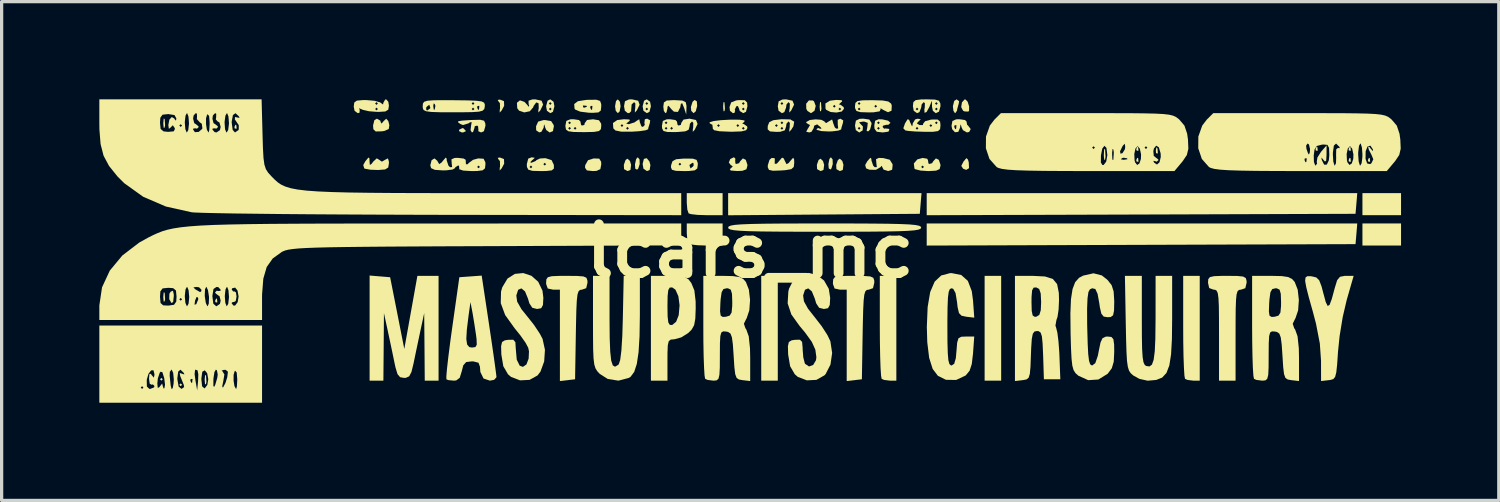
<source format=kicad_pcb>
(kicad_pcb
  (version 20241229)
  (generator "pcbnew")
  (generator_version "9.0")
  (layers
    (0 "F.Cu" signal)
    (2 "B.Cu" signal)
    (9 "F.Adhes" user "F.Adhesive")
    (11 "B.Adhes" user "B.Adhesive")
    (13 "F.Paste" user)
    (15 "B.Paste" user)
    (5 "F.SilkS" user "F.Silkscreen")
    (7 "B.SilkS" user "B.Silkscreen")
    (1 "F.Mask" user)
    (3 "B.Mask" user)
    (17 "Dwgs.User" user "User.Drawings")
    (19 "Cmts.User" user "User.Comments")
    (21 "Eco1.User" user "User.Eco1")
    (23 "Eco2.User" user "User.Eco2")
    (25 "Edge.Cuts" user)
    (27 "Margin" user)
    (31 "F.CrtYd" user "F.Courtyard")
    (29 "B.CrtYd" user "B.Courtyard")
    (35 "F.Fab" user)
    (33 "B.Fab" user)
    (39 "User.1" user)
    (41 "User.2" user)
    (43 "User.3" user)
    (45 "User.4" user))
  (footprint "lcars_mc"
    (layer "F.Cu")
    (at 19.981 4.657)
    (property "Reference" "lcars_mc" (at 0 0 0) (layer "F.SilkS") (effects (font (size 1.5 1.5) (thickness 0.3))))
    (attr board_only exclude_from_pos_files exclude_from_bom)
    (fp_poly (pts (xy -18.034 3.937) (xy -18.076 3.979) (xy -18.119 3.937) (xy -18.076 3.895)) (stroke (width 0) (type solid)) (fill yes) (layer "F.SilkS"))
    (fp_poly (pts (xy -17.441 4.106) (xy -17.484 4.149) (xy -17.526 4.106) (xy -17.484 4.064)) (stroke (width 0) (type solid)) (fill yes) (layer "F.SilkS"))
    (fp_poly (pts (xy -16.369 1.468) (xy -16.359 1.568) (xy -16.369 1.58) (xy -16.419 1.569) (xy -16.425 1.524) (xy -16.394 1.454)) (stroke (width 0) (type solid)) (fill yes) (layer "F.SilkS"))
    (fp_poly (pts (xy -15.776 -3.866) (xy -15.766 -3.766) (xy -15.776 -3.754) (xy -15.827 -3.765) (xy -15.833 -3.81) (xy -15.802 -3.88)) (stroke (width 0) (type solid)) (fill yes) (layer "F.SilkS"))
    (fp_poly (pts (xy 11.91 -3.189) (xy 11.92 -3.089) (xy 11.91 -3.076) (xy 11.859 -3.088) (xy 11.853 -3.133) (xy 11.884 -3.202)) (stroke (width 0) (type solid)) (fill yes) (layer "F.SilkS"))
    (fp_poly (pts (xy 11.91 -2.85) (xy 11.92 -2.75) (xy 11.91 -2.738) (xy 11.859 -2.749) (xy 11.853 -2.794) (xy 11.884 -2.864)) (stroke (width 0) (type solid)) (fill yes) (layer "F.SilkS"))
    (fp_poly (pts (xy 12.504 -3.149) (xy 12.514 -3.016) (xy 12.497 -2.986) (xy 12.459 -3.012) (xy 12.453 -3.097) (xy 12.473 -3.188)) (stroke (width 0) (type solid)) (fill yes) (layer "F.SilkS"))
    (fp_poly (pts (xy 17.413 -3.189) (xy 17.423 -3.089) (xy 17.413 -3.076) (xy 17.363 -3.088) (xy 17.357 -3.133) (xy 17.388 -3.202)) (stroke (width 0) (type solid)) (fill yes) (layer "F.SilkS"))
    (fp_poly (pts (xy 18.429 -3.189) (xy 18.439 -3.089) (xy 18.429 -3.076) (xy 18.379 -3.088) (xy 18.373 -3.133) (xy 18.404 -3.202)) (stroke (width 0) (type solid)) (fill yes) (layer "F.SilkS"))
    (fp_poly (pts (xy 18.429 -2.85) (xy 18.439 -2.75) (xy 18.429 -2.738) (xy 18.379 -2.749) (xy 18.373 -2.794) (xy 18.404 -2.864)) (stroke (width 0) (type solid)) (fill yes) (layer "F.SilkS"))
    (fp_poly (pts (xy 19.022 -2.85) (xy 19.032 -2.75) (xy 19.022 -2.738) (xy 18.971 -2.749) (xy 18.965 -2.794) (xy 18.996 -2.864)) (stroke (width 0) (type solid)) (fill yes) (layer "F.SilkS"))
    (fp_poly (pts (xy -8.799 -3.764) (xy -8.724 -3.682) (xy -8.81 -3.642) (xy -8.853 -3.641) (xy -8.94 -3.682) (xy -8.931 -3.727) (xy -8.83 -3.776)) (stroke (width 0) (type solid)) (fill yes) (layer "F.SilkS"))
    (fp_poly (pts (xy -17.98 -4.056) (xy -17.975 -4.041) (xy -17.963 -3.857) (xy -17.978 -3.787) (xy -18.006 -3.784) (xy -18.018 -3.917) (xy -18.017 -3.937) (xy -18.005 -4.068)) (stroke (width 0) (type solid)) (fill yes) (layer "F.SilkS"))
    (fp_poly (pts (xy -17.98 1.278) (xy -17.975 1.293) (xy -17.963 1.477) (xy -17.978 1.547) (xy -18.006 1.55) (xy -18.018 1.417) (xy -18.017 1.397) (xy -18.005 1.266)) (stroke (width 0) (type solid)) (fill yes) (layer "F.SilkS"))
    (fp_poly (pts (xy -17.696 1.334) (xy -17.695 1.38) (xy -17.715 1.565) (xy -17.767 1.596) (xy -17.836 1.476) (xy -17.831 1.309) (xy -17.791 1.247) (xy -17.721 1.218)) (stroke (width 0) (type solid)) (fill yes) (layer "F.SilkS"))
    (fp_poly (pts (xy -16.71 3.818) (xy -16.705 3.833) (xy -16.693 4.017) (xy -16.708 4.087) (xy -16.736 4.09) (xy -16.748 3.957) (xy -16.747 3.937) (xy -16.735 3.806)) (stroke (width 0) (type solid)) (fill yes) (layer "F.SilkS"))
    (fp_poly (pts (xy -4 -4.584) (xy -3.979 -4.445) (xy -4.008 -4.286) (xy -4.064 -4.233) (xy -4.128 -4.306) (xy -4.149 -4.445) (xy -4.12 -4.604) (xy -4.064 -4.657)) (stroke (width 0) (type solid)) (fill yes) (layer "F.SilkS"))
    (fp_poly (pts (xy -3.691 -2.764) (xy -3.656 -2.646) (xy -3.676 -2.491) (xy -3.768 -2.455) (xy -3.872 -2.514) (xy -3.879 -2.646) (xy -3.826 -2.795) (xy -3.768 -2.836)) (stroke (width 0) (type solid)) (fill yes) (layer "F.SilkS"))
    (fp_poly (pts (xy -3.397 -2.813) (xy -3.392 -2.67) (xy -3.436 -2.535) (xy -3.471 -2.498) (xy -3.528 -2.527) (xy -3.537 -2.662) (xy -3.501 -2.824) (xy -3.453 -2.879)) (stroke (width 0) (type solid)) (fill yes) (layer "F.SilkS"))
    (fp_poly (pts (xy -3.092 -2.747) (xy -3.063 -2.639) (xy -3.087 -2.486) (xy -3.169 -2.455) (xy -3.277 -2.528) (xy -3.302 -2.674) (xy -3.263 -2.829) (xy -3.177 -2.851)) (stroke (width 0) (type solid)) (fill yes) (layer "F.SilkS"))
    (fp_poly (pts (xy -1.638 -4.595) (xy -1.628 -4.452) (xy -1.672 -4.289) (xy -1.74 -4.233) (xy -1.809 -4.304) (xy -1.821 -4.419) (xy -1.77 -4.581) (xy -1.708 -4.638)) (stroke (width 0) (type solid)) (fill yes) (layer "F.SilkS"))
    (fp_poly (pts (xy -0.792 -4.564) (xy -0.788 -4.549) (xy -0.776 -4.365) (xy -0.791 -4.295) (xy -0.819 -4.292) (xy -0.83 -4.425) (xy -0.83 -4.445) (xy -0.818 -4.576)) (stroke (width 0) (type solid)) (fill yes) (layer "F.SilkS"))
    (fp_poly (pts (xy 0.847 2.371) (xy 0.847 3.979) (xy 0.593 3.979) (xy 0.339 3.979) (xy 0.339 2.371) (xy 0.339 0.762) (xy 0.593 0.762) (xy 0.847 0.762)) (stroke (width 0) (type solid)) (fill yes) (layer "F.SilkS"))
    (fp_poly (pts (xy 2.171 -4.564) (xy 2.175 -4.549) (xy 2.188 -4.365) (xy 2.172 -4.295) (xy 2.144 -4.292) (xy 2.133 -4.425) (xy 2.133 -4.445) (xy 2.145 -4.576)) (stroke (width 0) (type solid)) (fill yes) (layer "F.SilkS"))
    (fp_poly (pts (xy 2.235 -2.764) (xy 2.271 -2.646) (xy 2.25 -2.491) (xy 2.159 -2.455) (xy 2.054 -2.514) (xy 2.047 -2.646) (xy 2.1 -2.795) (xy 2.159 -2.836)) (stroke (width 0) (type solid)) (fill yes) (layer "F.SilkS"))
    (fp_poly (pts (xy 2.53 -2.812) (xy 2.535 -2.67) (xy 2.495 -2.537) (xy 2.464 -2.503) (xy 2.412 -2.538) (xy 2.401 -2.668) (xy 2.432 -2.827) (xy 2.477 -2.879)) (stroke (width 0) (type solid)) (fill yes) (layer "F.SilkS"))
    (fp_poly (pts (xy 2.828 -2.764) (xy 2.863 -2.646) (xy 2.843 -2.491) (xy 2.752 -2.455) (xy 2.647 -2.514) (xy 2.64 -2.646) (xy 2.693 -2.795) (xy 2.752 -2.836)) (stroke (width 0) (type solid)) (fill yes) (layer "F.SilkS"))
    (fp_poly (pts (xy 5.233 -1.461) (xy 5.207 -1.143) (xy 2.265 -1.121) (xy -0.677 -1.098) (xy -0.677 -1.438) (xy -0.677 -1.778) (xy 2.291 -1.778) (xy 5.26 -1.778)) (stroke (width 0) (type solid)) (fill yes) (layer "F.SilkS"))
    (fp_poly (pts (xy 6.685 -2.809) (xy 6.71 -2.722) (xy 6.718 -2.544) (xy 6.631 -2.491) (xy 6.536 -2.529) (xy 6.481 -2.614) (xy 6.549 -2.748) (xy 6.638 -2.853)) (stroke (width 0) (type solid)) (fill yes) (layer "F.SilkS"))
    (fp_poly (pts (xy 7.705 2.371) (xy 7.705 3.979) (xy 7.451 3.979) (xy 7.197 3.979) (xy 7.197 2.371) (xy 7.197 0.762) (xy 7.451 0.762) (xy 7.705 0.762)) (stroke (width 0) (type solid)) (fill yes) (layer "F.SilkS"))
    (fp_poly (pts (xy 10.896 -3.112) (xy 10.909 -2.897) (xy 10.896 -2.815) (xy 10.871 -2.789) (xy 10.858 -2.906) (xy 10.857 -2.963) (xy 10.866 -3.117) (xy 10.888 -3.136)) (stroke (width 0) (type solid)) (fill yes) (layer "F.SilkS"))
    (fp_poly (pts (xy 18.611 -1.461) (xy 18.584 -1.143) (xy 12.002 -1.121) (xy 5.419 -1.1) (xy 5.419 -1.439) (xy 5.419 -1.778) (xy 12.028 -1.778) (xy 18.637 -1.778)) (stroke (width 0) (type solid)) (fill yes) (layer "F.SilkS"))
    (fp_poly (pts (xy 18.611 -0.529) (xy 18.584 -0.212) (xy 12.002 -0.19) (xy 5.419 -0.168) (xy 5.419 -0.507) (xy 5.419 -0.847) (xy 12.028 -0.847) (xy 18.637 -0.847)) (stroke (width 0) (type solid)) (fill yes) (layer "F.SilkS"))
    (fp_poly (pts (xy 19.981 -1.439) (xy 19.981 -1.101) (xy 19.389 -1.101) (xy 18.796 -1.101) (xy 18.796 -1.439) (xy 18.796 -1.778) (xy 19.389 -1.778) (xy 19.981 -1.778)) (stroke (width 0) (type solid)) (fill yes) (layer "F.SilkS"))
    (fp_poly (pts (xy 19.981 -0.508) (xy 19.981 -0.169) (xy 19.389 -0.169) (xy 18.796 -0.169) (xy 18.796 -0.508) (xy 18.796 -0.847) (xy 19.389 -0.847) (xy 19.981 -0.847)) (stroke (width 0) (type solid)) (fill yes) (layer "F.SilkS"))
    (fp_poly (pts (xy -7.559 -4.601) (xy -7.553 -4.46) (xy -7.629 -4.318) (xy -7.69 -4.251) (xy -7.689 -4.33) (xy -7.679 -4.377) (xy -7.684 -4.539) (xy -7.735 -4.604) (xy -7.751 -4.639) (xy -7.684 -4.65)) (stroke (width 0) (type solid)) (fill yes) (layer "F.SilkS"))
    (fp_poly (pts (xy -7.559 -2.823) (xy -7.553 -2.682) (xy -7.629 -2.54) (xy -7.69 -2.473) (xy -7.689 -2.552) (xy -7.679 -2.599) (xy -7.684 -2.761) (xy -7.735 -2.826) (xy -7.751 -2.861) (xy -7.684 -2.872)) (stroke (width 0) (type solid)) (fill yes) (layer "F.SilkS"))
    (fp_poly (pts (xy 1.924 -4.622) (xy 1.959 -4.595) (xy 2.012 -4.455) (xy 1.975 -4.307) (xy 1.869 -4.234) (xy 1.863 -4.233) (xy 1.758 -4.301) (xy 1.722 -4.366) (xy 1.718 -4.523) (xy 1.802 -4.624)) (stroke (width 0) (type solid)) (fill yes) (layer "F.SilkS"))
    (fp_poly (pts (xy 6.414 -4.599) (xy 6.401 -4.523) (xy 6.356 -4.361) (xy 6.35 -4.311) (xy 6.298 -4.235) (xy 6.287 -4.233) (xy 6.239 -4.306) (xy 6.223 -4.445) (xy 6.263 -4.608) (xy 6.338 -4.657)) (stroke (width 0) (type solid)) (fill yes) (layer "F.SilkS"))
    (fp_poly (pts (xy 6.675 -4.587) (xy 6.721 -4.441) (xy 6.719 -4.31) (xy 6.698 -4.281) (xy 6.582 -4.286) (xy 6.534 -4.309) (xy 6.478 -4.419) (xy 6.501 -4.564) (xy 6.582 -4.654) (xy 6.603 -4.657)) (stroke (width 0) (type solid)) (fill yes) (layer "F.SilkS"))
    (fp_poly (pts (xy -4.635 -2.837) (xy -4.576 -2.742) (xy -4.572 -2.661) (xy -4.6 -2.515) (xy -4.716 -2.461) (xy -4.832 -2.455) (xy -5.013 -2.475) (xy -5.07 -2.555) (xy -5.065 -2.637) (xy -4.978 -2.789) (xy -4.805 -2.843)) (stroke (width 0) (type solid)) (fill yes) (layer "F.SilkS"))
    (fp_poly (pts (xy -0.847 -1.439) (xy -0.847 -1.101) (xy -1.341 -1.101) (xy -1.616 -1.11) (xy -1.819 -1.133) (xy -1.891 -1.157) (xy -1.93 -1.273) (xy -1.947 -1.479) (xy -1.947 -1.496) (xy -1.947 -1.778) (xy -1.397 -1.778) (xy -0.847 -1.778)) (stroke (width 0) (type solid)) (fill yes) (layer "F.SilkS"))
    (fp_poly (pts (xy -0.847 -0.508) (xy -0.847 -0.169) (xy -1.341 -0.169) (xy -1.616 -0.178) (xy -1.819 -0.202) (xy -1.891 -0.226) (xy -1.93 -0.342) (xy -1.947 -0.548) (xy -1.947 -0.564) (xy -1.947 -0.847) (xy -1.397 -0.847) (xy -0.847 -0.847)) (stroke (width 0) (type solid)) (fill yes) (layer "F.SilkS"))
    (fp_poly (pts (xy 4.487 2.371) (xy 4.487 3.979) (xy 4.29 3.979) (xy 4.112 3.957) (xy 4.036 3.923) (xy 4.018 3.824) (xy 4.002 3.584) (xy 3.99 3.229) (xy 3.982 2.789) (xy 3.979 2.314) (xy 3.979 0.762) (xy 4.233 0.762) (xy 4.487 0.762)) (stroke (width 0) (type solid)) (fill yes) (layer "F.SilkS"))
    (fp_poly (pts (xy 13.801 2.371) (xy 13.801 3.979) (xy 13.603 3.979) (xy 13.425 3.957) (xy 13.349 3.923) (xy 13.331 3.824) (xy 13.316 3.584) (xy 13.303 3.229) (xy 13.295 2.789) (xy 13.293 2.314) (xy 13.293 0.762) (xy 13.547 0.762) (xy 13.801 0.762)) (stroke (width 0) (type solid)) (fill yes) (layer "F.SilkS"))
    (fp_poly (pts (xy -11.355 -4.003) (xy -11.344 -3.958) (xy -11.317 -3.912) (xy -11.264 -3.977) (xy -11.175 -4.063) (xy -11.109 -3.989) (xy -11.078 -3.863) (xy -11.097 -3.745) (xy -11.236 -3.686) (xy -11.314 -3.675) (xy -11.498 -3.671) (xy -11.569 -3.74) (xy -11.578 -3.854) (xy -11.538 -4.017) (xy -11.462 -4.064)) (stroke (width 0) (type solid)) (fill yes) (layer "F.SilkS"))
    (fp_poly (pts (xy -6.111 -3.989) (xy -6.033 -3.868) (xy -6.027 -3.831) (xy -6.056 -3.681) (xy -6.157 -3.639) (xy -6.262 -3.716) (xy -6.292 -3.789) (xy -6.324 -3.893) (xy -6.337 -3.833) (xy -6.34 -3.789) (xy -6.408 -3.663) (xy -6.476 -3.641) (xy -6.571 -3.707) (xy -6.574 -3.831) (xy -6.509 -3.974) (xy -6.344 -4.021) (xy -6.299 -4.022)) (stroke (width 0) (type solid)) (fill yes) (layer "F.SilkS"))
    (fp_poly (pts (xy -3.438 -4.614) (xy -3.395 -4.491) (xy -3.48 -4.318) (xy -3.541 -4.252) (xy -3.539 -4.331) (xy -3.529 -4.382) (xy -3.525 -4.528) (xy -3.564 -4.572) (xy -3.64 -4.5) (xy -3.654 -4.325) (xy -3.651 -4.297) (xy -3.709 -4.239) (xy -3.757 -4.233) (xy -3.848 -4.307) (xy -3.873 -4.445) (xy -3.845 -4.599) (xy -3.723 -4.653) (xy -3.63 -4.657)) (stroke (width 0) (type solid)) (fill yes) (layer "F.SilkS"))
    (fp_poly (pts (xy -11.69 -2.849) (xy -11.687 -2.757) (xy -11.677 -2.643) (xy -11.628 -2.672) (xy -11.57 -2.748) (xy -11.464 -2.846) (xy -11.393 -2.803) (xy -11.308 -2.744) (xy -11.211 -2.8) (xy -11.122 -2.845) (xy -11.092 -2.752) (xy -11.091 -2.697) (xy -11.112 -2.565) (xy -11.207 -2.505) (xy -11.423 -2.488) (xy -11.426 -2.488) (xy -11.663 -2.497) (xy -11.828 -2.528) (xy -11.849 -2.537) (xy -11.879 -2.641) (xy -11.814 -2.757) (xy -11.72 -2.871)) (stroke (width 0) (type solid)) (fill yes) (layer "F.SilkS"))
    (fp_poly (pts (xy -6.036 -4.583) (xy -6.011 -4.445) (xy -6.055 -4.275) (xy -6.138 -4.233) (xy -6.24 -4.307) (xy -6.25 -4.36) (xy -6.181 -4.36) (xy -6.138 -4.318) (xy -6.096 -4.36) (xy -6.138 -4.403) (xy -6.181 -4.36) (xy -6.25 -4.36) (xy -6.265 -4.445) (xy -6.243 -4.53) (xy -6.181 -4.53) (xy -6.138 -4.487) (xy -6.096 -4.53) (xy -6.138 -4.572) (xy -6.181 -4.53) (xy -6.243 -4.53) (xy -6.221 -4.615) (xy -6.138 -4.657)) (stroke (width 0) (type solid)) (fill yes) (layer "F.SilkS"))
    (fp_poly (pts (xy -3.073 -4.583) (xy -3.048 -4.445) (xy -3.092 -4.275) (xy -3.175 -4.233) (xy -3.277 -4.307) (xy -3.287 -4.36) (xy -3.217 -4.36) (xy -3.175 -4.318) (xy -3.133 -4.36) (xy -3.175 -4.403) (xy -3.217 -4.36) (xy -3.287 -4.36) (xy -3.302 -4.445) (xy -3.28 -4.53) (xy -3.217 -4.53) (xy -3.175 -4.487) (xy -3.133 -4.53) (xy -3.175 -4.572) (xy -3.217 -4.53) (xy -3.28 -4.53) (xy -3.258 -4.615) (xy -3.175 -4.657)) (stroke (width 0) (type solid)) (fill yes) (layer "F.SilkS"))
    (fp_poly (pts (xy -0.45 -2.827) (xy -0.462 -2.8) (xy -0.454 -2.691) (xy -0.434 -2.673) (xy -0.343 -2.696) (xy -0.306 -2.758) (xy -0.224 -2.844) (xy -0.136 -2.8) (xy -0.086 -2.652) (xy -0.085 -2.62) (xy -0.117 -2.509) (xy -0.243 -2.463) (xy -0.402 -2.457) (xy -0.597 -2.472) (xy -0.626 -2.514) (xy -0.604 -2.531) (xy -0.534 -2.6) (xy -0.598 -2.641) (xy -0.656 -2.719) (xy -0.612 -2.825) (xy -0.501 -2.879) (xy -0.498 -2.879)) (stroke (width 0) (type solid)) (fill yes) (layer "F.SilkS"))
    (fp_poly (pts (xy -2.307 -4.632) (xy -2.081 -4.619) (xy -1.979 -4.57) (xy -1.955 -4.456) (xy -1.956 -4.409) (xy -1.964 -4.191) (xy -2.032 -4.403) (xy -2.09 -4.542) (xy -2.128 -4.516) (xy -2.148 -4.41) (xy -2.219 -4.271) (xy -2.342 -4.279) (xy -2.42 -4.355) (xy -2.509 -4.462) (xy -2.538 -4.43) (xy -2.54 -4.377) (xy -2.571 -4.254) (xy -2.603 -4.233) (xy -2.652 -4.306) (xy -2.667 -4.436) (xy -2.649 -4.563) (xy -2.564 -4.62) (xy -2.366 -4.633)) (stroke (width 0) (type solid)) (fill yes) (layer "F.SilkS"))
    (fp_poly (pts (xy -6.405 -4.616) (xy -6.357 -4.495) (xy -6.443 -4.318) (xy -6.504 -4.252) (xy -6.503 -4.331) (xy -6.492 -4.382) (xy -6.497 -4.536) (xy -6.568 -4.563) (xy -6.649 -4.453) (xy -6.661 -4.413) (xy -6.765 -4.292) (xy -6.936 -4.256) (xy -7.096 -4.31) (xy -7.152 -4.385) (xy -7.161 -4.552) (xy -7.068 -4.627) (xy -6.93 -4.579) (xy -6.883 -4.53) (xy -6.794 -4.427) (xy -6.786 -4.46) (xy -6.802 -4.509) (xy -6.806 -4.614) (xy -6.693 -4.654) (xy -6.601 -4.657)) (stroke (width 0) (type solid)) (fill yes) (layer "F.SilkS"))
    (fp_poly (pts (xy 1.031 -2.843) (xy 1.062 -2.77) (xy 1.116 -2.666) (xy 1.18 -2.701) (xy 1.235 -2.77) (xy 1.319 -2.865) (xy 1.348 -2.815) (xy 1.352 -2.709) (xy 1.338 -2.581) (xy 1.262 -2.514) (xy 1.081 -2.483) (xy 0.943 -2.473) (xy 0.696 -2.465) (xy 0.576 -2.492) (xy 0.54 -2.57) (xy 0.541 -2.635) (xy 0.592 -2.799) (xy 0.659 -2.858) (xy 0.749 -2.851) (xy 0.755 -2.823) (xy 0.753 -2.677) (xy 0.819 -2.684) (xy 0.883 -2.757) (xy 0.978 -2.868)) (stroke (width 0) (type solid)) (fill yes) (layer "F.SilkS"))
    (fp_poly (pts (xy 1.299 -4.616) (xy 1.348 -4.496) (xy 1.261 -4.318) (xy 1.2 -4.252) (xy 1.202 -4.331) (xy 1.212 -4.382) (xy 1.217 -4.528) (xy 1.177 -4.572) (xy 1.115 -4.501) (xy 1.101 -4.403) (xy 1.048 -4.265) (xy 0.974 -4.233) (xy 0.872 -4.307) (xy 0.847 -4.445) (xy 0.862 -4.53) (xy 0.931 -4.53) (xy 0.974 -4.487) (xy 1.016 -4.53) (xy 0.974 -4.572) (xy 0.931 -4.53) (xy 0.862 -4.53) (xy 0.874 -4.596) (xy 0.99 -4.652) (xy 1.101 -4.657)) (stroke (width 0) (type solid)) (fill yes) (layer "F.SilkS"))
    (fp_poly (pts (xy 3.72 -2.834) (xy 3.723 -2.778) (xy 3.777 -2.619) (xy 3.823 -2.574) (xy 3.888 -2.577) (xy 3.874 -2.694) (xy 3.863 -2.819) (xy 3.949 -2.859) (xy 4.085 -2.854) (xy 4.285 -2.803) (xy 4.368 -2.67) (xy 4.373 -2.644) (xy 4.358 -2.496) (xy 4.233 -2.455) (xy 4.095 -2.5) (xy 4.063 -2.561) (xy 4.038 -2.617) (xy 3.999 -2.574) (xy 3.859 -2.493) (xy 3.661 -2.497) (xy 3.559 -2.538) (xy 3.53 -2.641) (xy 3.596 -2.757) (xy 3.688 -2.863)) (stroke (width 0) (type solid)) (fill yes) (layer "F.SilkS"))
    (fp_poly (pts (xy -8.169 -4.001) (xy -8.131 -3.915) (xy -8.128 -3.844) (xy -8.175 -3.678) (xy -8.26 -3.641) (xy -8.349 -3.679) (xy -8.343 -3.719) (xy -8.354 -3.828) (xy -8.381 -3.851) (xy -8.454 -3.833) (xy -8.467 -3.773) (xy -8.507 -3.657) (xy -8.543 -3.641) (xy -8.585 -3.709) (xy -8.571 -3.831) (xy -8.551 -3.96) (xy -8.607 -3.951) (xy -8.645 -3.921) (xy -8.817 -3.868) (xy -8.893 -3.898) (xy -8.969 -3.952) (xy -8.963 -3.984) (xy -8.848 -4.004) (xy -8.596 -4.021) (xy -8.53 -4.024) (xy -8.287 -4.03)) (stroke (width 0) (type solid)) (fill yes) (layer "F.SilkS"))
    (fp_poly (pts (xy 5.434 -2.834) (xy 5.458 -2.789) (xy 5.473 -2.689) (xy 5.493 -2.673) (xy 5.583 -2.696) (xy 5.621 -2.758) (xy 5.702 -2.844) (xy 5.791 -2.8) (xy 5.841 -2.652) (xy 5.842 -2.62) (xy 5.815 -2.516) (xy 5.706 -2.468) (xy 5.471 -2.455) (xy 5.466 -2.455) (xy 5.228 -2.471) (xy 5.07 -2.511) (xy 5.042 -2.532) (xy 5.037 -2.582) (xy 5.249 -2.582) (xy 5.292 -2.54) (xy 5.334 -2.582) (xy 5.292 -2.625) (xy 5.249 -2.582) (xy 5.037 -2.582) (xy 5.024 -2.689) (xy 5.132 -2.814) (xy 5.295 -2.858)) (stroke (width 0) (type solid)) (fill yes) (layer "F.SilkS"))
    (fp_poly (pts (xy -5.307 0.765) (xy -5.118 0.78) (xy -5.027 0.821) (xy -4.998 0.899) (xy -4.995 0.974) (xy -5.035 1.14) (xy -5.163 1.185) (xy -5.225 1.194) (xy -5.27 1.237) (xy -5.302 1.337) (xy -5.323 1.52) (xy -5.337 1.808) (xy -5.347 2.227) (xy -5.353 2.561) (xy -5.376 3.937) (xy -5.609 3.964) (xy -5.842 3.991) (xy -5.842 2.588) (xy -5.842 1.185) (xy -6.054 1.185) (xy -6.215 1.15) (xy -6.264 1.013) (xy -6.265 0.974) (xy -6.257 0.866) (xy -6.21 0.803) (xy -6.087 0.772) (xy -5.853 0.763) (xy -5.63 0.762)) (stroke (width 0) (type solid)) (fill yes) (layer "F.SilkS"))
    (fp_poly (pts (xy 3.498 0.765) (xy 3.687 0.78) (xy 3.779 0.821) (xy 3.808 0.899) (xy 3.81 0.974) (xy 3.77 1.14) (xy 3.643 1.185) (xy 3.58 1.194) (xy 3.535 1.237) (xy 3.504 1.337) (xy 3.483 1.52) (xy 3.469 1.808) (xy 3.458 2.227) (xy 3.452 2.561) (xy 3.429 3.937) (xy 3.196 3.964) (xy 2.963 3.991) (xy 2.963 2.588) (xy 2.963 1.185) (xy 2.752 1.185) (xy 2.591 1.15) (xy 2.541 1.013) (xy 2.54 0.974) (xy 2.548 0.866) (xy 2.595 0.803) (xy 2.718 0.772) (xy 2.952 0.763) (xy 3.175 0.762)) (stroke (width 0) (type solid)) (fill yes) (layer "F.SilkS"))
    (fp_poly (pts (xy 3.658 -4.037) (xy 3.723 -3.937) (xy 3.725 -3.9) (xy 3.682 -3.735) (xy 3.632 -3.677) (xy 3.574 -3.684) (xy 3.595 -3.799) (xy 3.61 -3.935) (xy 3.505 -3.973) (xy 3.456 -3.973) (xy 3.345 -3.954) (xy 3.365 -3.923) (xy 3.46 -3.825) (xy 3.453 -3.704) (xy 3.351 -3.641) (xy 3.344 -3.641) (xy 3.242 -3.714) (xy 3.233 -3.768) (xy 3.302 -3.768) (xy 3.344 -3.725) (xy 3.387 -3.768) (xy 3.344 -3.81) (xy 3.302 -3.768) (xy 3.233 -3.768) (xy 3.217 -3.852) (xy 3.245 -4.004) (xy 3.361 -4.059) (xy 3.471 -4.064)) (stroke (width 0) (type solid)) (fill yes) (layer "F.SilkS"))
    (fp_poly (pts (xy 2.809 -4.631) (xy 2.823 -4.592) (xy 2.791 -4.568) (xy 2.723 -4.503) (xy 2.773 -4.489) (xy 2.868 -4.42) (xy 2.879 -4.366) (xy 2.81 -4.284) (xy 2.649 -4.252) (xy 2.467 -4.269) (xy 2.334 -4.336) (xy 2.319 -4.36) (xy 2.709 -4.36) (xy 2.752 -4.318) (xy 2.794 -4.36) (xy 2.752 -4.403) (xy 2.709 -4.36) (xy 2.319 -4.36) (xy 2.313 -4.369) (xy 2.311 -4.445) (xy 2.54 -4.445) (xy 2.582 -4.403) (xy 2.625 -4.445) (xy 2.582 -4.487) (xy 2.54 -4.445) (xy 2.311 -4.445) (xy 2.308 -4.529) (xy 2.449 -4.616) (xy 2.639 -4.639)) (stroke (width 0) (type solid)) (fill yes) (layer "F.SilkS"))
    (fp_poly (pts (xy 6.595 -4.022) (xy 6.643 -3.974) (xy 6.642 -3.972) (xy 6.66 -3.875) (xy 6.687 -3.853) (xy 6.77 -3.745) (xy 6.723 -3.656) (xy 6.653 -3.641) (xy 6.532 -3.711) (xy 6.493 -3.789) (xy 6.461 -3.893) (xy 6.448 -3.833) (xy 6.444 -3.789) (xy 6.389 -3.659) (xy 6.287 -3.647) (xy 6.2 -3.741) (xy 6.187 -3.81) (xy 6.265 -3.81) (xy 6.296 -3.74) (xy 6.322 -3.754) (xy 6.332 -3.854) (xy 6.322 -3.866) (xy 6.271 -3.855) (xy 6.265 -3.81) (xy 6.187 -3.81) (xy 6.181 -3.847) (xy 6.208 -3.993) (xy 6.325 -4.044) (xy 6.432 -4.046)) (stroke (width 0) (type solid)) (fill yes) (layer "F.SilkS"))
    (fp_poly (pts (xy -4.608 -4.608) (xy -4.574 -4.512) (xy -4.572 -4.445) (xy -4.586 -4.315) (xy -4.658 -4.256) (xy -4.833 -4.243) (xy -4.961 -4.247) (xy -5.217 -4.279) (xy -5.371 -4.343) (xy -5.392 -4.37) (xy -5.399 -4.459) (xy -5.136 -4.459) (xy -5.125 -4.409) (xy -5.08 -4.403) (xy -4.911 -4.403) (xy -4.88 -4.333) (xy -4.854 -4.346) (xy -4.844 -4.447) (xy -4.854 -4.459) (xy -4.905 -4.447) (xy -4.911 -4.403) (xy -5.08 -4.403) (xy -5.01 -4.434) (xy -5.024 -4.459) (xy -5.124 -4.469) (xy -5.136 -4.459) (xy -5.399 -4.459) (xy -5.403 -4.514) (xy -5.289 -4.6) (xy -5.031 -4.64) (xy -4.957 -4.643) (xy -4.721 -4.645)) (stroke (width 0) (type solid)) (fill yes) (layer "F.SilkS"))
    (fp_poly (pts (xy -0.166 -4.631) (xy -0.094 -4.558) (xy -0.085 -4.444) (xy -0.129 -4.275) (xy -0.212 -4.233) (xy -0.323 -4.301) (xy -0.337 -4.36) (xy -0.254 -4.36) (xy -0.212 -4.318) (xy -0.169 -4.36) (xy -0.212 -4.403) (xy -0.254 -4.36) (xy -0.337 -4.36) (xy -0.339 -4.365) (xy -0.38 -4.453) (xy -0.425 -4.444) (xy -0.474 -4.343) (xy -0.462 -4.312) (xy -0.482 -4.242) (xy -0.531 -4.233) (xy -0.621 -4.305) (xy -0.635 -4.422) (xy -0.596 -4.53) (xy -0.254 -4.53) (xy -0.212 -4.487) (xy -0.169 -4.53) (xy -0.212 -4.572) (xy -0.254 -4.53) (xy -0.596 -4.53) (xy -0.585 -4.563) (xy -0.43 -4.624) (xy -0.353 -4.633)) (stroke (width 0) (type solid)) (fill yes) (layer "F.SilkS"))
    (fp_poly (pts (xy 14.957 0.765) (xy 15.134 0.783) (xy 15.216 0.83) (xy 15.239 0.917) (xy 15.24 0.974) (xy 15.2 1.14) (xy 15.071 1.185) (xy 15.008 1.193) (xy 14.963 1.232) (xy 14.933 1.327) (xy 14.915 1.501) (xy 14.905 1.778) (xy 14.902 2.183) (xy 14.901 2.582) (xy 14.901 3.979) (xy 14.647 3.979) (xy 14.393 3.979) (xy 14.393 2.582) (xy 14.392 2.067) (xy 14.388 1.697) (xy 14.376 1.448) (xy 14.355 1.296) (xy 14.321 1.218) (xy 14.272 1.189) (xy 14.224 1.185) (xy 14.091 1.136) (xy 14.055 0.974) (xy 14.063 0.863) (xy 14.114 0.8) (xy 14.244 0.771) (xy 14.489 0.762) (xy 14.647 0.762)) (stroke (width 0) (type solid)) (fill yes) (layer "F.SilkS"))
    (fp_poly (pts (xy -1.762 -2.836) (xy -1.646 -2.799) (xy -1.61 -2.706) (xy -1.609 -2.652) (xy -1.625 -2.535) (xy -1.702 -2.477) (xy -1.883 -2.457) (xy -2.031 -2.455) (xy -2.281 -2.462) (xy -2.402 -2.495) (xy -2.433 -2.573) (xy -2.426 -2.643) (xy -2.417 -2.667) (xy -2.201 -2.667) (xy -2.159 -2.625) (xy -1.863 -2.625) (xy -1.834 -2.542) (xy -1.825 -2.54) (xy -1.753 -2.599) (xy -1.736 -2.625) (xy -1.742 -2.703) (xy -1.773 -2.709) (xy -1.859 -2.648) (xy -1.863 -2.625) (xy -2.159 -2.625) (xy -2.117 -2.667) (xy -2.159 -2.709) (xy -2.201 -2.667) (xy -2.417 -2.667) (xy -2.384 -2.76) (xy -2.274 -2.818) (xy -2.05 -2.838) (xy -2.003 -2.839)) (stroke (width 0) (type solid)) (fill yes) (layer "F.SilkS"))
    (fp_poly (pts (xy 4.058 -4.042) (xy 4.234 -4.002) (xy 4.307 -3.937) (xy 4.242 -3.875) (xy 4.185 -3.877) (xy 4.078 -3.849) (xy 4.064 -3.809) (xy 4.115 -3.753) (xy 4.143 -3.764) (xy 4.252 -3.753) (xy 4.275 -3.727) (xy 4.243 -3.665) (xy 4.076 -3.641) (xy 4.069 -3.641) (xy 3.885 -3.662) (xy 3.817 -3.756) (xy 3.816 -3.768) (xy 3.895 -3.768) (xy 3.937 -3.725) (xy 3.979 -3.768) (xy 3.937 -3.81) (xy 3.895 -3.768) (xy 3.816 -3.768) (xy 3.81 -3.851) (xy 3.824 -3.937) (xy 3.895 -3.937) (xy 3.937 -3.895) (xy 3.979 -3.937) (xy 3.937 -3.979) (xy 3.895 -3.937) (xy 3.824 -3.937) (xy 3.835 -4) (xy 3.943 -4.046)) (stroke (width 0) (type solid)) (fill yes) (layer "F.SilkS"))
    (fp_poly (pts (xy -6.612 -2.863) (xy -6.672 -2.805) (xy -6.689 -2.794) (xy -6.754 -2.726) (xy -6.715 -2.711) (xy -6.582 -2.767) (xy -6.565 -2.789) (xy -6.453 -2.842) (xy -6.285 -2.851) (xy -6.097 -2.791) (xy -6.027 -2.644) (xy -6.026 -2.533) (xy -6.09 -2.477) (xy -6.261 -2.457) (xy -6.429 -2.455) (xy -6.682 -2.462) (xy -6.809 -2.496) (xy -6.854 -2.579) (xy -6.854 -2.582) (xy -6.773 -2.582) (xy -6.731 -2.54) (xy -6.689 -2.582) (xy -6.731 -2.625) (xy -6.773 -2.582) (xy -6.854 -2.582) (xy -6.858 -2.667) (xy -6.35 -2.667) (xy -6.308 -2.625) (xy -6.265 -2.667) (xy -6.308 -2.709) (xy -6.35 -2.667) (xy -6.858 -2.667) (xy -6.814 -2.837) (xy -6.71 -2.877)) (stroke (width 0) (type solid)) (fill yes) (layer "F.SilkS"))
    (fp_poly (pts (xy -4.318 2.112) (xy -4.313 2.678) (xy -4.297 3.089) (xy -4.267 3.362) (xy -4.218 3.511) (xy -4.149 3.551) (xy -4.057 3.497) (xy -4.035 3.477) (xy -3.991 3.345) (xy -3.954 3.052) (xy -3.926 2.605) (xy -3.91 2.07) (xy -3.883 0.762) (xy -3.635 0.762) (xy -3.387 0.762) (xy -3.387 1.968) (xy -3.397 2.613) (xy -3.427 3.106) (xy -3.481 3.466) (xy -3.561 3.711) (xy -3.671 3.859) (xy -3.723 3.894) (xy -4.044 3.979) (xy -4.372 3.928) (xy -4.618 3.772) (xy -4.695 3.689) (xy -4.75 3.601) (xy -4.787 3.479) (xy -4.809 3.296) (xy -4.821 3.024) (xy -4.825 2.636) (xy -4.826 2.163) (xy -4.826 0.762) (xy -4.572 0.762) (xy -4.318 0.762)) (stroke (width 0) (type solid)) (fill yes) (layer "F.SilkS"))
    (fp_poly (pts (xy -11.369 0.778) (xy -11.054 0.804) (xy -10.836 1.905) (xy -10.619 3.006) (xy -10.418 1.884) (xy -10.217 0.762) (xy -9.892 0.762) (xy -9.567 0.762) (xy -9.567 2.371) (xy -9.567 3.979) (xy -9.779 3.979) (xy -9.991 3.979) (xy -9.999 2.942) (xy -10.008 1.905) (xy -10.126 2.455) (xy -10.206 2.831) (xy -10.288 3.221) (xy -10.335 3.45) (xy -10.399 3.712) (xy -10.468 3.845) (xy -10.569 3.892) (xy -10.626 3.895) (xy -10.748 3.873) (xy -10.827 3.779) (xy -10.889 3.575) (xy -10.916 3.45) (xy -10.985 3.115) (xy -11.069 2.718) (xy -11.125 2.455) (xy -11.244 1.905) (xy -11.252 2.942) (xy -11.261 3.979) (xy -11.472 3.979) (xy -11.684 3.979) (xy -11.684 2.366) (xy -11.684 0.752)) (stroke (width 0) (type solid)) (fill yes) (layer "F.SilkS"))
    (fp_poly (pts (xy 3.081 -0.846) (xy 3.723 -0.843) (xy 4.228 -0.838) (xy 4.61 -0.829) (xy 4.886 -0.817) (xy 5.073 -0.799) (xy 5.185 -0.777) (xy 5.238 -0.748) (xy 5.249 -0.72) (xy 5.232 -0.686) (xy 5.169 -0.658) (xy 5.044 -0.636) (xy 4.842 -0.62) (xy 4.547 -0.608) (xy 4.143 -0.6) (xy 3.614 -0.595) (xy 2.945 -0.593) (xy 2.286 -0.593) (xy 1.491 -0.593) (xy 0.849 -0.596) (xy 0.344 -0.601) (xy -0.038 -0.61) (xy -0.314 -0.623) (xy -0.501 -0.64) (xy -0.613 -0.663) (xy -0.666 -0.691) (xy -0.677 -0.72) (xy -0.66 -0.754) (xy -0.597 -0.781) (xy -0.472 -0.803) (xy -0.27 -0.819) (xy 0.025 -0.831) (xy 0.429 -0.839) (xy 0.958 -0.844) (xy 1.627 -0.846) (xy 2.286 -0.847)) (stroke (width 0) (type solid)) (fill yes) (layer "F.SilkS"))
    (fp_poly (pts (xy 18.313 1.503) (xy 18.191 2.024) (xy 18.095 2.612) (xy 18.046 3.09) (xy 18.02 3.474) (xy 17.994 3.721) (xy 17.958 3.863) (xy 17.902 3.931) (xy 17.814 3.957) (xy 17.759 3.964) (xy 17.526 3.991) (xy 17.525 3.371) (xy 17.488 2.838) (xy 17.37 2.228) (xy 17.274 1.863) (xy 17.149 1.417) (xy 17.071 1.11) (xy 17.037 0.917) (xy 17.049 0.812) (xy 17.104 0.772) (xy 17.203 0.773) (xy 17.247 0.778) (xy 17.38 0.811) (xy 17.469 0.899) (xy 17.54 1.083) (xy 17.6 1.31) (xy 17.67 1.568) (xy 17.728 1.686) (xy 17.786 1.656) (xy 17.855 1.473) (xy 17.947 1.131) (xy 17.95 1.122) (xy 18.02 0.895) (xy 18.108 0.79) (xy 18.253 0.762) (xy 18.283 0.762) (xy 18.526 0.762)) (stroke (width 0) (type solid)) (fill yes) (layer "F.SilkS"))
    (fp_poly (pts (xy 12.023 2.119) (xy 12.025 2.636) (xy 12.032 3.008) (xy 12.048 3.259) (xy 12.074 3.414) (xy 12.113 3.497) (xy 12.158 3.529) (xy 12.259 3.543) (xy 12.334 3.486) (xy 12.386 3.339) (xy 12.42 3.082) (xy 12.438 2.696) (xy 12.444 2.164) (xy 12.445 2.053) (xy 12.446 0.762) (xy 12.7 0.762) (xy 12.954 0.762) (xy 12.954 2.079) (xy 12.947 2.699) (xy 12.921 3.17) (xy 12.868 3.511) (xy 12.779 3.743) (xy 12.648 3.885) (xy 12.466 3.957) (xy 12.225 3.979) (xy 12.194 3.979) (xy 11.951 3.925) (xy 11.757 3.818) (xy 11.684 3.752) (xy 11.631 3.674) (xy 11.594 3.556) (xy 11.568 3.373) (xy 11.552 3.097) (xy 11.54 2.704) (xy 11.53 2.209) (xy 11.504 0.762) (xy 11.763 0.762) (xy 12.023 0.762)) (stroke (width 0) (type solid)) (fill yes) (layer "F.SilkS"))
    (fp_poly (pts (xy -11.11 -4.585) (xy -11.091 -4.463) (xy -11.111 -4.34) (xy -11.201 -4.285) (xy -11.406 -4.272) (xy -11.451 -4.272) (xy -11.705 -4.292) (xy -11.896 -4.336) (xy -11.93 -4.352) (xy -11.95 -4.36) (xy -11.515 -4.36) (xy -11.472 -4.318) (xy -11.43 -4.36) (xy -11.472 -4.403) (xy -11.515 -4.36) (xy -11.95 -4.36) (xy -12.009 -4.385) (xy -11.988 -4.331) (xy -11.995 -4.246) (xy -12.049 -4.233) (xy -12.146 -4.306) (xy -12.171 -4.436) (xy -12.159 -4.53) (xy -11.515 -4.53) (xy -11.472 -4.487) (xy -11.43 -4.53) (xy -11.472 -4.572) (xy -11.515 -4.53) (xy -12.159 -4.53) (xy -12.155 -4.559) (xy -12.076 -4.618) (xy -11.891 -4.634) (xy -11.779 -4.634) (xy -11.532 -4.613) (xy -11.361 -4.564) (xy -11.325 -4.537) (xy -11.271 -4.499) (xy -11.262 -4.551) (xy -11.207 -4.649) (xy -11.176 -4.657)) (stroke (width 0) (type solid)) (fill yes) (layer "F.SilkS"))
    (fp_poly (pts (xy -2.195 0.769) (xy -2.01 0.799) (xy -1.894 0.869) (xy -1.808 0.981) (xy -1.714 1.209) (xy -1.675 1.546) (xy -1.673 1.763) (xy -1.685 2.079) (xy -1.722 2.279) (xy -1.8 2.416) (xy -1.904 2.518) (xy -2.117 2.651) (xy -2.327 2.709) (xy -2.333 2.709) (xy -2.438 2.718) (xy -2.5 2.767) (xy -2.53 2.893) (xy -2.539 3.13) (xy -2.54 3.344) (xy -2.54 3.979) (xy -2.794 3.979) (xy -3.048 3.979) (xy -3.048 2.371) (xy -3.048 1.693) (xy -2.54 1.693) (xy -2.535 2.009) (xy -2.515 2.189) (xy -2.47 2.265) (xy -2.395 2.271) (xy -2.273 2.17) (xy -2.194 1.968) (xy -2.168 1.664) (xy -2.205 1.387) (xy -2.294 1.187) (xy -2.395 1.116) (xy -2.471 1.122) (xy -2.515 1.199) (xy -2.535 1.38) (xy -2.54 1.693) (xy -3.048 1.693) (xy -3.048 0.762) (xy -2.5 0.762)) (stroke (width 0) (type solid)) (fill yes) (layer "F.SilkS"))
    (fp_poly (pts (xy -0.322 -4.032) (xy -0.175 -4.009) (xy -0.177 -3.973) (xy -0.244 -3.91) (xy -0.191 -3.896) (xy -0.095 -3.827) (xy -0.085 -3.775) (xy -0.126 -3.708) (xy -0.271 -3.673) (xy -0.547 -3.663) (xy -0.638 -3.664) (xy -0.946 -3.678) (xy -1.109 -3.71) (xy -1.153 -3.766) (xy -1.153 -3.768) (xy -0.254 -3.768) (xy -0.212 -3.725) (xy -0.169 -3.768) (xy -0.212 -3.81) (xy -0.254 -3.768) (xy -1.153 -3.768) (xy -1.149 -3.784) (xy -1.158 -3.852) (xy -1.016 -3.852) (xy -0.974 -3.81) (xy -0.931 -3.852) (xy -0.423 -3.852) (xy -0.381 -3.81) (xy -0.339 -3.852) (xy -0.381 -3.895) (xy -0.423 -3.852) (xy -0.931 -3.852) (xy -0.974 -3.895) (xy -1.016 -3.852) (xy -1.158 -3.852) (xy -1.163 -3.882) (xy -1.202 -3.895) (xy -1.253 -3.933) (xy -1.236 -3.956) (xy -1.126 -3.99) (xy -0.896 -4.018) (xy -0.617 -4.033)) (stroke (width 0) (type solid)) (fill yes) (layer "F.SilkS"))
    (fp_poly (pts (xy 1.232 -4.041) (xy 1.351 -3.972) (xy 1.327 -3.83) (xy 1.261 -3.725) (xy 1.2 -3.659) (xy 1.202 -3.738) (xy 1.212 -3.789) (xy 1.217 -3.935) (xy 1.177 -3.979) (xy 1.114 -3.909) (xy 1.101 -3.818) (xy 1.064 -3.706) (xy 0.924 -3.662) (xy 0.806 -3.658) (xy 0.609 -3.672) (xy 0.537 -3.737) (xy 0.538 -3.768) (xy 0.931 -3.768) (xy 0.974 -3.725) (xy 1.016 -3.768) (xy 0.974 -3.81) (xy 0.931 -3.768) (xy 0.538 -3.768) (xy 0.539 -3.84) (xy 0.544 -3.852) (xy 0.762 -3.852) (xy 0.804 -3.81) (xy 0.847 -3.852) (xy 0.804 -3.895) (xy 0.762 -3.852) (xy 0.544 -3.852) (xy 0.578 -3.937) (xy 0.931 -3.937) (xy 0.974 -3.895) (xy 1.016 -3.937) (xy 0.974 -3.979) (xy 0.931 -3.937) (xy 0.578 -3.937) (xy 0.585 -3.955) (xy 0.708 -4.017) (xy 0.953 -4.046) (xy 0.961 -4.047)) (stroke (width 0) (type solid)) (fill yes) (layer "F.SilkS"))
    (fp_poly (pts (xy 2.857 -4.01) (xy 2.845 -3.93) (xy 2.8 -3.78) (xy 2.794 -3.736) (xy 2.718 -3.7) (xy 2.527 -3.675) (xy 2.413 -3.671) (xy 2.186 -3.682) (xy 2.05 -3.719) (xy 2.032 -3.742) (xy 2.086 -3.778) (xy 2.13 -3.76) (xy 2.188 -3.75) (xy 2.167 -3.797) (xy 2.056 -3.889) (xy 1.966 -3.849) (xy 1.947 -3.768) (xy 1.879 -3.658) (xy 1.81 -3.641) (xy 1.72 -3.663) (xy 1.768 -3.755) (xy 1.778 -3.768) (xy 1.838 -3.87) (xy 1.783 -3.895) (xy 1.718 -3.939) (xy 1.728 -3.966) (xy 1.833 -4.023) (xy 2.01 -4.043) (xy 2.184 -4.029) (xy 2.282 -3.979) (xy 2.286 -3.963) (xy 2.334 -3.929) (xy 2.413 -3.979) (xy 2.513 -4.039) (xy 2.54 -3.964) (xy 2.54 -3.952) (xy 2.596 -3.798) (xy 2.638 -3.759) (xy 2.702 -3.762) (xy 2.688 -3.881) (xy 2.687 -4.029) (xy 2.769 -4.064)) (stroke (width 0) (type solid)) (fill yes) (layer "F.SilkS"))
    (fp_poly (pts (xy 3.761 -4.631) (xy 4.066 -4.622) (xy 4.24 -4.591) (xy 4.324 -4.528) (xy 4.346 -4.473) (xy 4.339 -4.309) (xy 4.231 -4.261) (xy 4.086 -4.332) (xy 4 -4.385) (xy 4.003 -4.35) (xy 3.974 -4.289) (xy 3.788 -4.259) (xy 3.639 -4.256) (xy 3.387 -4.264) (xy 3.262 -4.3) (xy 3.232 -4.36) (xy 3.302 -4.36) (xy 3.344 -4.318) (xy 3.387 -4.36) (xy 3.344 -4.403) (xy 3.302 -4.36) (xy 3.232 -4.36) (xy 3.22 -4.385) (xy 3.217 -4.445) (xy 3.81 -4.445) (xy 3.852 -4.403) (xy 3.895 -4.445) (xy 3.852 -4.487) (xy 3.81 -4.445) (xy 3.217 -4.445) (xy 3.217 -4.445) (xy 3.228 -4.53) (xy 3.302 -4.53) (xy 3.344 -4.487) (xy 3.387 -4.53) (xy 3.344 -4.572) (xy 3.302 -4.53) (xy 3.228 -4.53) (xy 3.23 -4.547) (xy 3.295 -4.604) (xy 3.449 -4.627) (xy 3.73 -4.631)) (stroke (width 0) (type solid)) (fill yes) (layer "F.SilkS"))
    (fp_poly (pts (xy -3.07 -4.012) (xy -3.081 -3.93) (xy -3.127 -3.782) (xy -3.133 -3.739) (xy -3.21 -3.707) (xy -3.41 -3.679) (xy -3.644 -3.664) (xy -3.958 -3.665) (xy -4.136 -3.701) (xy -4.202 -3.766) (xy -4.202 -3.768) (xy -3.81 -3.768) (xy -3.768 -3.725) (xy -3.725 -3.768) (xy -3.768 -3.81) (xy -3.81 -3.768) (xy -4.202 -3.768) (xy -4.208 -3.852) (xy -3.979 -3.852) (xy -3.937 -3.81) (xy -3.895 -3.852) (xy -3.937 -3.895) (xy -3.979 -3.852) (xy -4.208 -3.852) (xy -4.213 -3.93) (xy -4.082 -4.021) (xy -3.88 -4.046) (xy -3.71 -4.039) (xy -3.696 -4) (xy -3.729 -3.975) (xy -3.807 -3.912) (xy -3.733 -3.896) (xy -3.721 -3.896) (xy -3.548 -3.951) (xy -3.488 -3.996) (xy -3.406 -4.046) (xy -3.387 -3.954) (xy -3.341 -3.831) (xy -3.293 -3.81) (xy -3.236 -3.872) (xy -3.248 -3.937) (xy -3.234 -4.046) (xy -3.163 -4.064)) (stroke (width 0) (type solid)) (fill yes) (layer "F.SilkS"))
    (fp_poly (pts (xy -5.258 -4.022) (xy -5.21 -3.974) (xy -5.211 -3.972) (xy -5.193 -3.875) (xy -5.166 -3.853) (xy -5.092 -3.87) (xy -5.08 -3.926) (xy -5.009 -4.023) (xy -4.826 -4.045) (xy -4.642 -4.015) (xy -4.576 -3.912) (xy -4.572 -3.845) (xy -4.584 -3.741) (xy -4.646 -3.683) (xy -4.796 -3.657) (xy -5.072 -3.651) (xy -5.122 -3.651) (xy -5.418 -3.655) (xy -5.583 -3.677) (xy -5.655 -3.729) (xy -5.662 -3.768) (xy -5.588 -3.768) (xy -5.546 -3.725) (xy -5.503 -3.768) (xy -5.419 -3.768) (xy -5.376 -3.725) (xy -5.334 -3.768) (xy -5.376 -3.81) (xy -5.419 -3.768) (xy -5.503 -3.768) (xy -5.546 -3.81) (xy -5.588 -3.768) (xy -5.662 -3.768) (xy -5.672 -3.827) (xy -5.673 -3.852) (xy -5.656 -3.937) (xy -5.588 -3.937) (xy -5.546 -3.895) (xy -5.503 -3.937) (xy -5.546 -3.979) (xy -5.588 -3.937) (xy -5.656 -3.937) (xy -5.644 -3.995) (xy -5.524 -4.044) (xy -5.422 -4.046)) (stroke (width 0) (type solid)) (fill yes) (layer "F.SilkS"))
    (fp_poly (pts (xy -8.016 2.261) (xy -7.943 2.752) (xy -7.88 3.187) (xy -7.831 3.539) (xy -7.799 3.779) (xy -7.789 3.874) (xy -7.861 3.954) (xy -7.992 3.979) (xy -8.187 3.913) (xy -8.284 3.712) (xy -8.297 3.549) (xy -8.341 3.429) (xy -8.5 3.388) (xy -8.547 3.387) (xy -8.721 3.409) (xy -8.809 3.51) (xy -8.853 3.683) (xy -8.917 3.891) (xy -9.024 3.972) (xy -9.097 3.979) (xy -9.264 3.963) (xy -9.326 3.938) (xy -9.328 3.845) (xy -9.308 3.612) (xy -9.269 3.265) (xy -9.214 2.832) (xy -9.196 2.699) (xy -8.715 2.699) (xy -8.691 2.869) (xy -8.624 2.948) (xy -8.542 2.963) (xy -8.436 2.948) (xy -8.394 2.875) (xy -8.401 2.699) (xy -8.419 2.561) (xy -8.467 2.244) (xy -8.517 1.939) (xy -8.531 1.863) (xy -8.588 1.566) (xy -8.647 1.99) (xy -8.699 2.415) (xy -8.715 2.699) (xy -9.196 2.699) (xy -9.148 2.351) (xy -8.929 0.804) (xy -8.586 0.779) (xy -8.243 0.754)) (stroke (width 0) (type solid)) (fill yes) (layer "F.SilkS"))
    (fp_poly (pts (xy 5.67 -4.65) (xy 5.795 -4.615) (xy 5.838 -4.53) (xy 5.842 -4.445) (xy 5.796 -4.28) (xy 5.698 -4.232) (xy 5.608 -4.305) (xy 5.596 -4.36) (xy 5.673 -4.36) (xy 5.715 -4.318) (xy 5.757 -4.36) (xy 5.715 -4.403) (xy 5.673 -4.36) (xy 5.596 -4.36) (xy 5.583 -4.424) (xy 5.58 -4.53) (xy 5.673 -4.53) (xy 5.715 -4.487) (xy 5.757 -4.53) (xy 5.715 -4.572) (xy 5.673 -4.53) (xy 5.58 -4.53) (xy 5.577 -4.614) (xy 5.501 -4.424) (xy 5.415 -4.269) (xy 5.353 -4.244) (xy 5.347 -4.353) (xy 5.359 -4.403) (xy 5.363 -4.538) (xy 5.326 -4.572) (xy 5.264 -4.501) (xy 5.249 -4.403) (xy 5.196 -4.265) (xy 5.122 -4.233) (xy 5.02 -4.307) (xy 5.011 -4.36) (xy 5.08 -4.36) (xy 5.122 -4.318) (xy 5.165 -4.36) (xy 5.122 -4.403) (xy 5.08 -4.36) (xy 5.011 -4.36) (xy 4.995 -4.445) (xy 5.009 -4.571) (xy 5.079 -4.633) (xy 5.249 -4.655) (xy 5.419 -4.657)) (stroke (width 0) (type solid)) (fill yes) (layer "F.SilkS"))
    (fp_poly (pts (xy -1.664 -4.023) (xy -1.615 -3.903) (xy -1.702 -3.725) (xy -1.763 -3.659) (xy -1.761 -3.738) (xy -1.751 -3.789) (xy -1.747 -3.935) (xy -1.786 -3.979) (xy -1.85 -3.909) (xy -1.863 -3.821) (xy -1.89 -3.725) (xy -1.999 -3.674) (xy -2.23 -3.655) (xy -2.286 -3.653) (xy -2.537 -3.654) (xy -2.663 -3.686) (xy -2.705 -3.767) (xy -2.705 -3.768) (xy -2.625 -3.768) (xy -2.582 -3.725) (xy -2.54 -3.768) (xy -2.455 -3.768) (xy -2.413 -3.725) (xy -2.371 -3.768) (xy -2.413 -3.81) (xy -2.455 -3.768) (xy -2.54 -3.768) (xy -2.582 -3.81) (xy -2.625 -3.768) (xy -2.705 -3.768) (xy -2.709 -3.848) (xy -2.692 -3.937) (xy -2.625 -3.937) (xy -2.582 -3.895) (xy -2.54 -3.937) (xy -2.582 -3.979) (xy -2.625 -3.937) (xy -2.692 -3.937) (xy -2.681 -3.994) (xy -2.564 -4.044) (xy -2.458 -4.046) (xy -2.295 -4.022) (xy -2.247 -3.974) (xy -2.248 -3.972) (xy -2.23 -3.875) (xy -2.203 -3.853) (xy -2.129 -3.872) (xy -2.117 -3.932) (xy -2.048 -4.035) (xy -1.863 -4.064)) (stroke (width 0) (type solid)) (fill yes) (layer "F.SilkS"))
    (fp_poly (pts (xy -9.319 -2.835) (xy -9.316 -2.778) (xy -9.262 -2.619) (xy -9.215 -2.574) (xy -9.151 -2.577) (xy -9.164 -2.69) (xy -9.171 -2.816) (xy -9.071 -2.859) (xy -8.969 -2.86) (xy -8.799 -2.84) (xy -8.735 -2.802) (xy -8.727 -2.664) (xy -8.67 -2.666) (xy -8.643 -2.701) (xy -8.507 -2.801) (xy -8.348 -2.844) (xy -8.185 -2.834) (xy -8.131 -2.727) (xy -8.128 -2.661) (xy -8.142 -2.539) (xy -8.214 -2.478) (xy -8.386 -2.457) (xy -8.556 -2.455) (xy -8.811 -2.47) (xy -8.931 -2.511) (xy -8.932 -2.54) (xy -8.936 -2.582) (xy -8.382 -2.582) (xy -8.34 -2.54) (xy -8.297 -2.582) (xy -8.34 -2.625) (xy -8.382 -2.582) (xy -8.936 -2.582) (xy -8.939 -2.618) (xy -8.97 -2.625) (xy -9.056 -2.569) (xy -9.059 -2.548) (xy -9.135 -2.503) (xy -9.326 -2.478) (xy -9.44 -2.476) (xy -9.682 -2.493) (xy -9.796 -2.545) (xy -9.821 -2.633) (xy -9.78 -2.789) (xy -9.692 -2.844) (xy -9.605 -2.77) (xy -9.599 -2.755) (xy -9.547 -2.668) (xy -9.474 -2.718) (xy -9.433 -2.77) (xy -9.346 -2.871)) (stroke (width 0) (type solid)) (fill yes) (layer "F.SilkS"))
    (fp_poly (pts (xy 5.237 -4.045) (xy 5.179 -3.99) (xy 5.115 -3.92) (xy 5.199 -3.867) (xy 5.302 -3.867) (xy 5.312 -3.913) (xy 5.331 -3.937) (xy 5.673 -3.937) (xy 5.715 -3.895) (xy 5.757 -3.937) (xy 5.715 -3.979) (xy 5.673 -3.937) (xy 5.331 -3.937) (xy 5.371 -3.986) (xy 5.543 -4.033) (xy 5.567 -4.036) (xy 5.756 -4.038) (xy 5.831 -3.971) (xy 5.842 -3.858) (xy 5.83 -3.743) (xy 5.767 -3.683) (xy 5.613 -3.661) (xy 5.355 -3.661) (xy 5.071 -3.67) (xy 4.849 -3.688) (xy 4.763 -3.703) (xy 4.701 -3.768) (xy 4.701 -3.768) (xy 5.08 -3.768) (xy 5.122 -3.725) (xy 5.165 -3.768) (xy 5.122 -3.81) (xy 5.08 -3.768) (xy 4.701 -3.768) (xy 4.75 -3.911) (xy 4.755 -3.921) (xy 4.832 -4.047) (xy 4.879 -4.027) (xy 4.918 -3.935) (xy 4.969 -3.827) (xy 4.979 -3.852) (xy 5.503 -3.852) (xy 5.546 -3.81) (xy 5.588 -3.852) (xy 5.546 -3.895) (xy 5.503 -3.852) (xy 4.979 -3.852) (xy 4.987 -3.874) (xy 4.989 -3.916) (xy 5.064 -4.041) (xy 5.144 -4.063)) (stroke (width 0) (type solid)) (fill yes) (layer "F.SilkS"))
    (fp_poly (pts (xy 6.478 0.735) (xy 6.682 0.916) (xy 6.803 1.232) (xy 6.841 1.518) (xy 6.879 2.045) (xy 6.636 2.017) (xy 6.489 1.986) (xy 6.41 1.905) (xy 6.368 1.727) (xy 6.35 1.566) (xy 6.304 1.289) (xy 6.232 1.159) (xy 6.181 1.143) (xy 6.129 1.167) (xy 6.094 1.254) (xy 6.071 1.429) (xy 6.059 1.717) (xy 6.054 2.141) (xy 6.054 2.328) (xy 6.056 2.806) (xy 6.066 3.139) (xy 6.084 3.352) (xy 6.115 3.467) (xy 6.161 3.511) (xy 6.181 3.514) (xy 6.263 3.462) (xy 6.313 3.289) (xy 6.333 3.069) (xy 6.354 2.811) (xy 6.394 2.679) (xy 6.481 2.631) (xy 6.619 2.625) (xy 6.878 2.625) (xy 6.841 3.145) (xy 6.803 3.467) (xy 6.737 3.672) (xy 6.625 3.809) (xy 6.609 3.823) (xy 6.322 3.958) (xy 6.009 3.953) (xy 5.763 3.831) (xy 5.602 3.619) (xy 5.494 3.278) (xy 5.436 2.796) (xy 5.423 2.328) (xy 5.448 1.718) (xy 5.526 1.259) (xy 5.663 0.94) (xy 5.864 0.75) (xy 6.133 0.679) (xy 6.181 0.677)) (stroke (width 0) (type solid)) (fill yes) (layer "F.SilkS"))
    (fp_poly (pts (xy 9.05 0.781) (xy 9.29 0.856) (xy 9.422 1.015) (xy 9.475 1.283) (xy 9.481 1.509) (xy 9.468 1.796) (xy 9.434 2.024) (xy 9.403 2.112) (xy 9.371 2.287) (xy 9.396 2.367) (xy 9.431 2.509) (xy 9.464 2.771) (xy 9.489 3.105) (xy 9.494 3.218) (xy 9.521 3.937) (xy 9.269 3.937) (xy 9.017 3.937) (xy 8.993 3.196) (xy 8.977 2.839) (xy 8.955 2.619) (xy 8.916 2.503) (xy 8.855 2.46) (xy 8.805 2.455) (xy 8.726 2.471) (xy 8.676 2.541) (xy 8.645 2.697) (xy 8.627 2.972) (xy 8.618 3.196) (xy 8.605 3.551) (xy 8.585 3.771) (xy 8.548 3.89) (xy 8.482 3.942) (xy 8.375 3.962) (xy 8.361 3.964) (xy 8.128 3.991) (xy 8.128 2.376) (xy 8.128 1.566) (xy 8.636 1.566) (xy 8.643 1.839) (xy 8.672 1.978) (xy 8.736 2.02) (xy 8.784 2.016) (xy 8.876 1.961) (xy 8.921 1.817) (xy 8.932 1.566) (xy 8.919 1.302) (xy 8.872 1.165) (xy 8.784 1.117) (xy 8.699 1.124) (xy 8.654 1.21) (xy 8.638 1.411) (xy 8.636 1.566) (xy 8.128 1.566) (xy 8.128 0.762) (xy 8.672 0.762)) (stroke (width 0) (type solid)) (fill yes) (layer "F.SilkS"))
    (fp_poly (pts (xy -6.716 0.76) (xy -6.508 0.943) (xy -6.377 1.216) (xy -6.35 1.435) (xy -6.362 1.656) (xy -6.416 1.755) (xy -6.538 1.778) (xy -6.547 1.778) (xy -6.689 1.742) (xy -6.779 1.606) (xy -6.822 1.46) (xy -6.913 1.239) (xy -7.024 1.146) (xy -7.124 1.19) (xy -7.18 1.365) (xy -7.154 1.553) (xy -7.023 1.784) (xy -6.85 1.999) (xy -6.638 2.267) (xy -6.459 2.536) (xy -6.374 2.697) (xy -6.301 3.033) (xy -6.325 3.39) (xy -6.438 3.7) (xy -6.528 3.819) (xy -6.773 3.955) (xy -7.066 3.97) (xy -7.34 3.865) (xy -7.435 3.784) (xy -7.579 3.537) (xy -7.64 3.174) (xy -7.64 3.171) (xy -7.647 2.921) (xy -7.618 2.793) (xy -7.532 2.741) (xy -7.429 2.725) (xy -7.273 2.723) (xy -7.209 2.798) (xy -7.197 2.993) (xy -7.167 3.334) (xy -7.076 3.519) (xy -6.978 3.556) (xy -6.87 3.482) (xy -6.802 3.304) (xy -6.791 3.082) (xy -6.814 2.97) (xy -6.896 2.816) (xy -7.056 2.589) (xy -7.236 2.365) (xy -7.523 1.964) (xy -7.658 1.598) (xy -7.649 1.243) (xy -7.612 1.114) (xy -7.45 0.844) (xy -7.223 0.701) (xy -6.967 0.676)) (stroke (width 0) (type solid)) (fill yes) (layer "F.SilkS"))
    (fp_poly (pts (xy 2.051 0.738) (xy 2.267 0.903) (xy 2.413 1.161) (xy 2.455 1.435) (xy 2.443 1.656) (xy 2.389 1.755) (xy 2.267 1.778) (xy 2.259 1.778) (xy 2.116 1.742) (xy 2.026 1.606) (xy 1.983 1.46) (xy 1.893 1.239) (xy 1.782 1.146) (xy 1.682 1.189) (xy 1.625 1.364) (xy 1.65 1.544) (xy 1.775 1.77) (xy 1.983 2.034) (xy 2.196 2.308) (xy 2.371 2.58) (xy 2.462 2.771) (xy 2.516 3.13) (xy 2.464 3.487) (xy 2.317 3.775) (xy 2.281 3.815) (xy 2.033 3.955) (xy 1.739 3.97) (xy 1.463 3.864) (xy 1.37 3.784) (xy 1.226 3.537) (xy 1.165 3.174) (xy 1.165 3.171) (xy 1.158 2.921) (xy 1.187 2.793) (xy 1.273 2.741) (xy 1.376 2.725) (xy 1.527 2.722) (xy 1.593 2.79) (xy 1.61 2.975) (xy 1.61 3.021) (xy 1.63 3.264) (xy 1.676 3.444) (xy 1.686 3.463) (xy 1.806 3.544) (xy 1.934 3.497) (xy 2.02 3.351) (xy 2.032 3.257) (xy 2 3.027) (xy 1.891 2.787) (xy 1.683 2.499) (xy 1.522 2.307) (xy 1.263 1.947) (xy 1.15 1.606) (xy 1.171 1.242) (xy 1.193 1.154) (xy 1.336 0.872) (xy 1.55 0.715) (xy 1.801 0.672)) (stroke (width 0) (type solid)) (fill yes) (layer "F.SilkS"))
    (fp_poly (pts (xy 10.796 0.749) (xy 10.968 0.885) (xy 11.096 1.047) (xy 11.158 1.241) (xy 11.176 1.534) (xy 11.176 1.562) (xy 11.17 1.831) (xy 11.141 1.971) (xy 11.071 2.024) (xy 10.975 2.032) (xy 10.852 2.012) (xy 10.78 1.922) (xy 10.734 1.722) (xy 10.719 1.612) (xy 10.665 1.314) (xy 10.596 1.165) (xy 10.498 1.143) (xy 10.429 1.176) (xy 10.384 1.258) (xy 10.356 1.45) (xy 10.343 1.77) (xy 10.345 2.237) (xy 10.348 2.377) (xy 10.361 2.846) (xy 10.378 3.169) (xy 10.403 3.372) (xy 10.439 3.478) (xy 10.489 3.513) (xy 10.499 3.514) (xy 10.595 3.441) (xy 10.673 3.215) (xy 10.701 3.069) (xy 10.755 2.808) (xy 10.817 2.675) (xy 10.915 2.628) (xy 10.976 2.625) (xy 11.09 2.638) (xy 11.15 2.707) (xy 11.173 2.871) (xy 11.176 3.094) (xy 11.161 3.397) (xy 11.102 3.597) (xy 10.981 3.759) (xy 10.968 3.772) (xy 10.689 3.944) (xy 10.377 3.964) (xy 10.078 3.829) (xy 10.064 3.818) (xy 9.983 3.744) (xy 9.927 3.653) (xy 9.889 3.516) (xy 9.865 3.302) (xy 9.849 2.981) (xy 9.836 2.522) (xy 9.836 2.497) (xy 9.83 1.916) (xy 9.848 1.48) (xy 9.896 1.168) (xy 9.977 0.955) (xy 10.097 0.821) (xy 10.221 0.755) (xy 10.539 0.683)) (stroke (width 0) (type solid)) (fill yes) (layer "F.SilkS"))
    (fp_poly (pts (xy -9.093 -4.63) (xy -8.679 -4.625) (xy -8.406 -4.614) (xy -8.245 -4.593) (xy -8.168 -4.554) (xy -8.146 -4.493) (xy -8.148 -4.441) (xy -8.163 -4.362) (xy -8.213 -4.31) (xy -8.328 -4.279) (xy -8.537 -4.265) (xy -8.869 -4.26) (xy -9.108 -4.26) (xy -9.519 -4.261) (xy -9.789 -4.27) (xy -9.949 -4.291) (xy -10.027 -4.33) (xy -10.052 -4.393) (xy -10.052 -4.403) (xy -9.948 -4.403) (xy -9.942 -4.325) (xy -9.911 -4.318) (xy -9.825 -4.379) (xy -9.821 -4.403) (xy -9.839 -4.452) (xy -9.73 -4.452) (xy -9.714 -4.342) (xy -9.686 -4.341) (xy -9.682 -4.36) (xy -8.551 -4.36) (xy -8.509 -4.318) (xy -8.467 -4.36) (xy -8.509 -4.403) (xy -8.382 -4.403) (xy -8.351 -4.333) (xy -8.326 -4.346) (xy -8.315 -4.447) (xy -8.326 -4.459) (xy -8.376 -4.447) (xy -8.382 -4.403) (xy -8.509 -4.403) (xy -8.551 -4.36) (xy -9.682 -4.36) (xy -9.665 -4.454) (xy -9.679 -4.503) (xy -9.71 -4.53) (xy -8.551 -4.53) (xy -8.509 -4.487) (xy -8.467 -4.53) (xy -8.509 -4.572) (xy -8.551 -4.53) (xy -9.71 -4.53) (xy -9.716 -4.535) (xy -9.73 -4.452) (xy -9.839 -4.452) (xy -9.85 -4.485) (xy -9.859 -4.487) (xy -9.931 -4.428) (xy -9.948 -4.403) (xy -10.052 -4.403) (xy -10.054 -4.449) (xy -10.047 -4.53) (xy -10.008 -4.583) (xy -9.906 -4.615) (xy -9.713 -4.629) (xy -9.4 -4.632)) (stroke (width 0) (type solid)) (fill yes) (layer "F.SilkS"))
    (fp_poly (pts (xy -0.53 0.769) (xy -0.331 0.798) (xy -0.21 0.861) (xy -0.132 0.95) (xy -0.04 1.187) (xy -0.004 1.503) (xy -0.027 1.82) (xy -0.108 2.063) (xy -0.119 2.079) (xy -0.194 2.232) (xy -0.147 2.369) (xy -0.119 2.41) (xy -0.045 2.616) (xy -0.006 2.985) (xy 0 3.281) (xy 0 3.991) (xy -0.233 3.964) (xy -0.346 3.944) (xy -0.417 3.894) (xy -0.46 3.778) (xy -0.486 3.562) (xy -0.508 3.217) (xy -0.532 2.867) (xy -0.561 2.651) (xy -0.605 2.535) (xy -0.675 2.485) (xy -0.741 2.471) (xy -0.831 2.466) (xy -0.887 2.502) (xy -0.917 2.612) (xy -0.929 2.826) (xy -0.931 3.176) (xy -0.931 3.211) (xy -0.933 3.574) (xy -0.945 3.8) (xy -0.974 3.921) (xy -1.03 3.97) (xy -1.12 3.979) (xy -1.129 3.979) (xy -1.307 3.957) (xy -1.383 3.923) (xy -1.401 3.824) (xy -1.416 3.584) (xy -1.429 3.229) (xy -1.437 2.789) (xy -1.439 2.314) (xy -1.439 1.854) (xy -0.925 1.854) (xy -0.905 1.984) (xy -0.841 2.024) (xy -0.745 2.017) (xy -0.629 1.982) (xy -0.571 1.888) (xy -0.552 1.69) (xy -0.55 1.566) (xy -0.559 1.312) (xy -0.597 1.186) (xy -0.68 1.145) (xy -0.72 1.143) (xy -0.821 1.167) (xy -0.877 1.265) (xy -0.907 1.478) (xy -0.915 1.594) (xy -0.925 1.854) (xy -1.439 1.854) (xy -1.439 0.762) (xy -0.851 0.762)) (stroke (width 0) (type solid)) (fill yes) (layer "F.SilkS"))
    (fp_poly (pts (xy 16.319 0.769) (xy 16.517 0.798) (xy 16.639 0.861) (xy 16.717 0.95) (xy 16.809 1.187) (xy 16.844 1.503) (xy 16.822 1.82) (xy 16.74 2.063) (xy 16.73 2.079) (xy 16.655 2.232) (xy 16.701 2.369) (xy 16.73 2.41) (xy 16.804 2.616) (xy 16.843 2.985) (xy 16.849 3.281) (xy 16.849 3.991) (xy 16.616 3.964) (xy 16.503 3.944) (xy 16.431 3.894) (xy 16.389 3.778) (xy 16.363 3.562) (xy 16.341 3.217) (xy 16.317 2.867) (xy 16.288 2.651) (xy 16.244 2.535) (xy 16.174 2.485) (xy 16.108 2.471) (xy 16.018 2.466) (xy 15.962 2.502) (xy 15.932 2.612) (xy 15.92 2.826) (xy 15.917 3.176) (xy 15.917 3.211) (xy 15.915 3.574) (xy 15.904 3.8) (xy 15.874 3.921) (xy 15.819 3.97) (xy 15.729 3.979) (xy 15.72 3.979) (xy 15.542 3.957) (xy 15.466 3.923) (xy 15.448 3.824) (xy 15.432 3.584) (xy 15.42 3.229) (xy 15.412 2.789) (xy 15.409 2.314) (xy 15.409 1.854) (xy 15.924 1.854) (xy 15.943 1.984) (xy 16.008 2.024) (xy 16.103 2.017) (xy 16.22 1.982) (xy 16.278 1.888) (xy 16.297 1.69) (xy 16.298 1.566) (xy 16.289 1.312) (xy 16.252 1.186) (xy 16.168 1.145) (xy 16.129 1.143) (xy 16.028 1.167) (xy 15.971 1.265) (xy 15.942 1.478) (xy 15.934 1.594) (xy 15.924 1.854) (xy 15.409 1.854) (xy 15.409 0.762) (xy 15.997 0.762)) (stroke (width 0) (type solid)) (fill yes) (layer "F.SilkS"))
    (fp_poly (pts (xy 11.056 -4.233) (xy 11.64 -4.232) (xy 12.094 -4.227) (xy 12.435 -4.219) (xy 12.684 -4.206) (xy 12.859 -4.186) (xy 12.978 -4.158) (xy 13.062 -4.121) (xy 13.13 -4.073) (xy 13.172 -4.038) (xy 13.331 -3.852) (xy 13.415 -3.602) (xy 13.44 -3.42) (xy 13.452 -3.142) (xy 13.406 -2.95) (xy 13.282 -2.764) (xy 13.252 -2.727) (xy 13.024 -2.455) (xy 10.383 -2.455) (xy 9.619 -2.457) (xy 9.007 -2.461) (xy 8.53 -2.469) (xy 8.169 -2.481) (xy 7.909 -2.498) (xy 7.73 -2.522) (xy 7.617 -2.552) (xy 7.566 -2.579) (xy 7.444 -2.717) (xy 10.766 -2.717) (xy 10.813 -2.64) (xy 10.853 -2.644) (xy 10.93 -2.746) (xy 10.964 -2.941) (xy 10.964 -2.949) (xy 10.963 -2.963) (xy 11.111 -2.963) (xy 11.12 -2.809) (xy 11.142 -2.791) (xy 11.149 -2.814) (xy 11.382 -2.814) (xy 11.465 -2.801) (xy 11.575 -2.816) (xy 11.576 -2.845) (xy 11.463 -2.865) (xy 11.414 -2.852) (xy 11.382 -2.814) (xy 11.149 -2.814) (xy 11.15 -2.815) (xy 11.16 -2.978) (xy 11.792 -2.978) (xy 11.801 -2.783) (xy 11.816 -2.725) (xy 11.88 -2.642) (xy 11.949 -2.689) (xy 11.976 -2.77) (xy 12.375 -2.77) (xy 12.4 -2.715) (xy 12.489 -2.655) (xy 12.566 -2.725) (xy 12.605 -2.888) (xy 12.601 -2.998) (xy 12.546 -3.183) (xy 12.465 -3.236) (xy 12.394 -3.148) (xy 12.377 -3.069) (xy 12.389 -2.922) (xy 12.44 -2.879) (xy 12.527 -2.814) (xy 12.531 -2.789) (xy 12.477 -2.742) (xy 12.433 -2.76) (xy 12.375 -2.77) (xy 11.976 -2.77) (xy 11.995 -2.829) (xy 12 -2.969) (xy 11.961 -3.146) (xy 11.935 -3.175) (xy 12.107 -3.175) (xy 12.15 -3.133) (xy 12.192 -3.175) (xy 12.15 -3.217) (xy 12.107 -3.175) (xy 11.935 -3.175) (xy 11.895 -3.22) (xy 11.895 -3.22) (xy 11.827 -3.147) (xy 11.792 -2.978) (xy 11.16 -2.978) (xy 11.163 -3.03) (xy 11.158 -3.062) (xy 11.355 -3.062) (xy 11.368 -2.988) (xy 11.43 -3.006) (xy 11.504 -3.126) (xy 11.513 -3.201) (xy 11.5 -3.296) (xy 11.441 -3.234) (xy 11.43 -3.217) (xy 11.355 -3.062) (xy 11.158 -3.062) (xy 11.15 -3.112) (xy 11.125 -3.138) (xy 11.112 -3.021) (xy 11.111 -2.963) (xy 10.963 -2.963) (xy 10.937 -3.167) (xy 10.875 -3.231) (xy 10.808 -3.143) (xy 10.768 -2.933) (xy 10.766 -2.717) (xy 7.444 -2.717) (xy 7.345 -2.828) (xy 7.235 -3.157) (xy 7.236 -3.175) (xy 10.499 -3.175) (xy 10.541 -3.133) (xy 10.583 -3.175) (xy 10.541 -3.217) (xy 10.499 -3.175) (xy 7.236 -3.175) (xy 7.239 -3.515) (xy 7.358 -3.852) (xy 7.495 -4.031) (xy 7.697 -4.233) (xy 10.321 -4.233)) (stroke (width 0) (type solid)) (fill yes) (layer "F.SilkS"))
    (fp_poly (pts (xy 17.575 -4.233) (xy 18.16 -4.232) (xy 18.613 -4.227) (xy 18.955 -4.219) (xy 19.203 -4.206) (xy 19.378 -4.186) (xy 19.498 -4.158) (xy 19.582 -4.121) (xy 19.649 -4.073) (xy 19.691 -4.038) (xy 19.85 -3.852) (xy 19.934 -3.602) (xy 19.959 -3.42) (xy 19.971 -3.142) (xy 19.926 -2.95) (xy 19.802 -2.764) (xy 19.771 -2.727) (xy 19.543 -2.455) (xy 16.902 -2.455) (xy 16.138 -2.457) (xy 15.526 -2.461) (xy 15.049 -2.469) (xy 14.689 -2.481) (xy 14.428 -2.498) (xy 14.25 -2.522) (xy 14.137 -2.552) (xy 14.085 -2.579) (xy 13.895 -2.794) (xy 17.018 -2.794) (xy 17.049 -2.724) (xy 17.074 -2.738) (xy 17.085 -2.838) (xy 17.074 -2.85) (xy 17.024 -2.839) (xy 17.018 -2.794) (xy 13.895 -2.794) (xy 13.865 -2.828) (xy 13.83 -2.933) (xy 17.301 -2.933) (xy 17.307 -2.733) (xy 17.346 -2.629) (xy 17.359 -2.625) (xy 17.404 -2.686) (xy 17.394 -2.735) (xy 17.414 -2.872) (xy 17.523 -3.044) (xy 17.523 -3.045) (xy 17.695 -3.243) (xy 17.694 -2.955) (xy 17.683 -2.776) (xy 17.645 -2.747) (xy 17.603 -2.794) (xy 17.538 -2.872) (xy 17.544 -2.808) (xy 17.546 -2.799) (xy 17.62 -2.652) (xy 17.702 -2.653) (xy 17.764 -2.783) (xy 17.78 -2.951) (xy 17.779 -2.963) (xy 17.888 -2.963) (xy 17.901 -2.751) (xy 17.935 -2.633) (xy 17.949 -2.625) (xy 17.984 -2.699) (xy 17.99 -2.881) (xy 17.987 -2.922) (xy 17.988 -2.978) (xy 18.311 -2.978) (xy 18.32 -2.783) (xy 18.335 -2.725) (xy 18.399 -2.642) (xy 18.468 -2.689) (xy 18.515 -2.829) (xy 18.519 -2.963) (xy 18.665 -2.963) (xy 18.68 -2.751) (xy 18.716 -2.633) (xy 18.731 -2.625) (xy 18.772 -2.7) (xy 18.788 -2.831) (xy 18.891 -2.831) (xy 18.942 -2.688) (xy 19.032 -2.667) (xy 19.072 -2.697) (xy 19.13 -2.817) (xy 19.069 -2.964) (xy 18.99 -3.117) (xy 18.97 -3.205) (xy 19.012 -3.19) (xy 19.058 -3.133) (xy 19.121 -3.066) (xy 19.118 -3.118) (xy 19.042 -3.235) (xy 18.951 -3.208) (xy 18.895 -3.063) (xy 18.891 -2.831) (xy 18.788 -2.831) (xy 18.794 -2.888) (xy 18.796 -2.963) (xy 18.781 -3.175) (xy 18.745 -3.293) (xy 18.731 -3.302) (xy 18.69 -3.227) (xy 18.667 -3.039) (xy 18.665 -2.963) (xy 18.519 -2.963) (xy 18.519 -2.969) (xy 18.48 -3.146) (xy 18.415 -3.22) (xy 18.414 -3.22) (xy 18.346 -3.147) (xy 18.311 -2.978) (xy 17.988 -2.978) (xy 17.991 -3.123) (xy 18.045 -3.167) (xy 18.054 -3.163) (xy 18.104 -3.16) (xy 18.084 -3.204) (xy 17.987 -3.3) (xy 17.919 -3.237) (xy 17.889 -3.024) (xy 17.888 -2.963) (xy 17.779 -2.963) (xy 17.771 -3.167) (xy 17.721 -3.259) (xy 17.599 -3.271) (xy 17.551 -3.266) (xy 17.395 -3.226) (xy 17.324 -3.113) (xy 17.301 -2.933) (xy 13.83 -2.933) (xy 13.755 -3.157) (xy 13.756 -3.235) (xy 17.067 -3.235) (xy 17.078 -3.133) (xy 17.127 -2.996) (xy 17.155 -2.963) (xy 17.181 -3.035) (xy 17.187 -3.133) (xy 17.155 -3.27) (xy 17.111 -3.302) (xy 17.067 -3.235) (xy 13.756 -3.235) (xy 13.758 -3.515) (xy 13.878 -3.852) (xy 14.014 -4.031) (xy 14.216 -4.233) (xy 16.84 -4.233)) (stroke (width 0) (type solid)) (fill yes) (layer "F.SilkS"))
    (fp_poly (pts (xy -14.986 3.471) (xy -14.986 4.657) (xy -17.484 4.657) (xy -19.981 4.657) (xy -19.981 4.191) (xy -18.711 4.191) (xy -18.669 4.233) (xy -18.627 4.191) (xy -18.669 4.149) (xy -18.711 4.191) (xy -19.981 4.191) (xy -19.981 3.965) (xy -18.526 3.965) (xy -18.522 4.161) (xy -18.445 4.232) (xy -18.42 4.233) (xy -18.304 4.187) (xy -18.288 4.144) (xy -18.34 4.093) (xy -18.373 4.106) (xy -18.434 4.075) (xy -18.435 4.064) (xy -18.201 4.064) (xy -18.189 4.2) (xy -18.142 4.183) (xy -18.119 4.149) (xy -18.053 4.069) (xy -18.035 4.138) (xy -18.035 4.142) (xy -18.008 4.221) (xy -17.984 4.211) (xy -17.965 4.102) (xy -17.989 3.905) (xy -17.993 3.889) (xy -18.011 3.831) (xy -17.822 3.831) (xy -17.801 4.032) (xy -17.791 4.127) (xy -17.763 4.238) (xy -17.728 4.21) (xy -17.702 4.073) (xy -17.695 3.937) (xy -17.699 3.9) (xy -17.586 3.9) (xy -17.586 3.937) (xy -17.547 4.162) (xy -17.458 4.233) (xy -17.378 4.177) (xy -17.39 4.106) (xy -17.441 3.979) (xy -17.187 3.979) (xy -17.156 4.049) (xy -17.131 4.036) (xy -17.121 3.935) (xy -17.131 3.923) (xy -17.181 3.935) (xy -17.187 3.979) (xy -17.441 3.979) (xy -17.468 3.912) (xy -17.498 3.838) (xy -17.515 3.743) (xy -17.443 3.767) (xy -17.37 3.79) (xy -17.376 3.775) (xy -17.057 3.775) (xy -17.03 3.979) (xy -16.978 4.276) (xy -16.95 3.992) (xy -16.948 3.937) (xy -16.849 3.937) (xy -16.826 4.155) (xy -16.755 4.215) (xy -16.743 4.212) (xy -16.691 4.143) (xy -16.481 4.143) (xy -16.457 4.172) (xy -16.423 4.106) (xy -16.361 3.895) (xy -16.347 3.789) (xy -16.37 3.67) (xy -16.229 3.67) (xy -16.2 3.694) (xy -16.143 3.789) (xy -16.177 3.999) (xy -16.209 4.155) (xy -16.19 4.193) (xy -16.181 4.185) (xy -16.109 4.049) (xy -16.087 3.978) (xy -15.86 3.978) (xy -15.833 4.148) (xy -15.786 4.232) (xy -15.78 4.233) (xy -15.759 4.159) (xy -15.748 3.973) (xy -15.748 3.92) (xy -15.765 3.726) (xy -15.812 3.676) (xy -15.826 3.687) (xy -15.859 3.799) (xy -15.86 3.978) (xy -16.087 3.978) (xy -16.054 3.873) (xy -16.034 3.705) (xy -16.1 3.649) (xy -16.149 3.647) (xy -16.229 3.67) (xy -16.37 3.67) (xy -16.371 3.663) (xy -16.404 3.641) (xy -16.448 3.716) (xy -16.477 3.902) (xy -16.48 3.959) (xy -16.481 4.143) (xy -16.691 4.143) (xy -16.666 4.111) (xy -16.637 3.937) (xy -16.67 3.752) (xy -16.743 3.662) (xy -16.82 3.704) (xy -16.848 3.902) (xy -16.849 3.937) (xy -16.948 3.937) (xy -16.943 3.786) (xy -16.966 3.665) (xy -16.97 3.661) (xy -17.041 3.641) (xy -17.057 3.775) (xy -17.376 3.775) (xy -17.391 3.738) (xy -17.491 3.642) (xy -17.56 3.701) (xy -17.586 3.9) (xy -17.699 3.9) (xy -17.714 3.741) (xy -17.759 3.643) (xy -17.768 3.641) (xy -17.818 3.712) (xy -17.822 3.831) (xy -18.011 3.831) (xy -18.046 3.719) (xy -18.103 3.705) (xy -18.127 3.735) (xy -18.185 3.909) (xy -18.201 4.064) (xy -18.435 4.064) (xy -18.456 3.921) (xy -18.443 3.77) (xy -18.4 3.772) (xy -18.373 3.81) (xy -18.308 3.886) (xy -18.29 3.804) (xy -18.289 3.782) (xy -18.32 3.66) (xy -18.392 3.664) (xy -18.471 3.766) (xy -18.523 3.941) (xy -18.526 3.965) (xy -19.981 3.965) (xy -19.981 3.471) (xy -19.981 2.286) (xy -17.484 2.286) (xy -14.986 2.286)) (stroke (width 0) (type solid)) (fill yes) (layer "F.SilkS"))
    (fp_poly (pts (xy -2.117 -0.51) (xy -2.117 -0.174) (xy -8.107 -0.15) (xy -9.263 -0.146) (xy -10.263 -0.141) (xy -11.117 -0.136) (xy -11.838 -0.13) (xy -12.438 -0.123) (xy -12.93 -0.115) (xy -13.325 -0.105) (xy -13.635 -0.093) (xy -13.874 -0.079) (xy -14.052 -0.061) (xy -14.182 -0.041) (xy -14.275 -0.018) (xy -14.345 0.01) (xy -14.376 0.025) (xy -14.657 0.227) (xy -14.843 0.49) (xy -14.947 0.846) (xy -14.985 1.327) (xy -14.986 1.418) (xy -14.986 2.117) (xy -17.484 2.117) (xy -19.981 2.117) (xy -19.981 1.668) (xy -19.942 1.405) (xy -18.119 1.405) (xy -18.102 1.595) (xy -18.022 1.667) (xy -17.865 1.675) (xy -17.688 1.65) (xy -17.62 1.552) (xy -17.616 1.482) (xy -17.526 1.482) (xy -17.484 1.524) (xy -17.441 1.482) (xy -17.484 1.439) (xy -17.526 1.482) (xy -17.616 1.482) (xy -17.611 1.398) (xy -17.611 1.397) (xy -17.357 1.397) (xy -17.339 1.593) (xy -17.296 1.691) (xy -17.287 1.693) (xy -17.26 1.648) (xy -17.06 1.648) (xy -17.008 1.632) (xy -17.004 1.628) (xy -16.944 1.482) (xy -16.951 1.428) (xy -16.995 1.408) (xy -17.041 1.517) (xy -17.06 1.648) (xy -17.26 1.648) (xy -17.243 1.619) (xy -17.223 1.436) (xy -17.223 1.397) (xy -17.227 1.357) (xy -16.745 1.357) (xy -16.743 1.397) (xy -16.713 1.593) (xy -16.667 1.691) (xy -16.658 1.693) (xy -16.622 1.619) (xy -16.614 1.437) (xy -16.616 1.397) (xy -16.616 1.397) (xy -16.51 1.397) (xy -16.482 1.616) (xy -16.395 1.693) (xy -16.383 1.693) (xy -16.28 1.623) (xy -16.256 1.524) (xy -16.289 1.397) (xy -16.129 1.397) (xy -16.113 1.593) (xy -16.074 1.691) (xy -16.066 1.693) (xy -16.024 1.619) (xy -16.003 1.436) (xy -16.002 1.397) (xy -16.018 1.201) (xy -16.025 1.183) (xy -15.917 1.183) (xy -15.871 1.244) (xy -15.843 1.234) (xy -15.788 1.27) (xy -15.769 1.397) (xy -15.794 1.537) (xy -15.843 1.56) (xy -15.912 1.578) (xy -15.917 1.611) (xy -15.857 1.678) (xy -15.812 1.672) (xy -15.735 1.571) (xy -15.706 1.397) (xy -15.739 1.212) (xy -15.812 1.122) (xy -15.907 1.145) (xy -15.917 1.183) (xy -16.025 1.183) (xy -16.057 1.103) (xy -16.066 1.101) (xy -16.107 1.175) (xy -16.128 1.358) (xy -16.129 1.397) (xy -16.289 1.397) (xy -16.291 1.386) (xy -16.341 1.355) (xy -16.422 1.29) (xy -16.425 1.265) (xy -16.373 1.214) (xy -16.341 1.228) (xy -16.263 1.221) (xy -16.256 1.19) (xy -16.324 1.111) (xy -16.383 1.101) (xy -16.477 1.165) (xy -16.51 1.37) (xy -16.51 1.397) (xy -16.616 1.397) (xy -16.646 1.201) (xy -16.692 1.103) (xy -16.7 1.101) (xy -16.737 1.175) (xy -16.745 1.357) (xy -17.227 1.357) (xy -17.242 1.201) (xy -17.278 1.116) (xy -17.095 1.116) (xy -17.034 1.175) (xy -17.018 1.185) (xy -16.891 1.259) (xy -16.851 1.237) (xy -16.849 1.185) (xy -16.918 1.114) (xy -16.997 1.102) (xy -17.095 1.116) (xy -17.278 1.116) (xy -17.284 1.103) (xy -17.292 1.101) (xy -17.335 1.175) (xy -17.356 1.358) (xy -17.357 1.397) (xy -17.611 1.397) (xy -17.629 1.211) (xy -17.716 1.139) (xy -17.865 1.129) (xy -18.039 1.147) (xy -18.108 1.238) (xy -18.119 1.405) (xy -19.942 1.405) (xy -19.899 1.115) (xy -19.66 0.6) (xy -19.274 0.135) (xy -18.752 -0.263) (xy -18.481 -0.413) (xy -18.336 -0.486) (xy -18.197 -0.549) (xy -18.054 -0.605) (xy -17.895 -0.653) (xy -17.708 -0.694) (xy -17.484 -0.729) (xy -17.211 -0.758) (xy -16.877 -0.782) (xy -16.472 -0.801) (xy -15.985 -0.815) (xy -15.404 -0.826) (xy -14.718 -0.834) (xy -13.916 -0.839) (xy -12.988 -0.843) (xy -11.922 -0.844) (xy -10.706 -0.845) (xy -9.588 -0.845) (xy -2.117 -0.847)) (stroke (width 0) (type solid)) (fill yes) (layer "F.SilkS"))
    (fp_poly (pts (xy -14.972 -3.604) (xy -14.959 -3.164) (xy -14.942 -2.859) (xy -14.914 -2.654) (xy -14.868 -2.513) (xy -14.797 -2.403) (xy -14.693 -2.289) (xy -14.599 -2.194) (xy -14.506 -2.111) (xy -14.401 -2.04) (xy -14.272 -1.98) (xy -14.107 -1.929) (xy -13.894 -1.888) (xy -13.62 -1.855) (xy -13.274 -1.83) (xy -12.843 -1.811) (xy -12.315 -1.797) (xy -11.679 -1.788) (xy -10.921 -1.782) (xy -10.029 -1.779) (xy -8.992 -1.778) (xy -7.859 -1.778) (xy -2.117 -1.778) (xy -2.117 -1.439) (xy -2.117 -1.101) (xy -9.377 -1.111) (xy -10.484 -1.114) (xy -11.551 -1.118) (xy -12.565 -1.123) (xy -13.513 -1.129) (xy -14.381 -1.136) (xy -15.156 -1.145) (xy -15.824 -1.153) (xy -16.372 -1.163) (xy -16.786 -1.173) (xy -17.054 -1.183) (xy -17.145 -1.19) (xy -17.94 -1.367) (xy -18.635 -1.666) (xy -19.217 -2.083) (xy -19.425 -2.291) (xy -19.684 -2.613) (xy -19.851 -2.926) (xy -19.943 -3.283) (xy -19.979 -3.734) (xy -19.981 -3.934) (xy -19.981 -3.936) (xy -18.119 -3.936) (xy -18.1 -3.748) (xy -18.01 -3.673) (xy -17.87 -3.659) (xy -17.697 -3.675) (xy -17.66 -3.749) (xy -17.67 -3.781) (xy -17.719 -3.852) (xy -17.526 -3.852) (xy -17.484 -3.81) (xy -17.441 -3.852) (xy -17.484 -3.895) (xy -17.526 -3.852) (xy -17.719 -3.852) (xy -17.726 -3.862) (xy -17.79 -3.796) (xy -17.846 -3.751) (xy -17.863 -3.864) (xy -17.863 -3.869) (xy -17.85 -3.937) (xy -17.357 -3.937) (xy -17.341 -3.741) (xy -17.301 -3.643) (xy -17.293 -3.641) (xy -17.251 -3.715) (xy -17.23 -3.898) (xy -17.23 -3.937) (xy -17.24 -4.064) (xy -17.103 -4.064) (xy -17.067 -3.926) (xy -17.018 -3.895) (xy -16.937 -3.83) (xy -16.933 -3.805) (xy -16.985 -3.754) (xy -17.018 -3.768) (xy -17.096 -3.761) (xy -17.103 -3.73) (xy -17.047 -3.649) (xy -16.931 -3.658) (xy -16.828 -3.746) (xy -16.817 -3.771) (xy -16.835 -3.896) (xy -16.706 -3.896) (xy -16.68 -3.726) (xy -16.633 -3.642) (xy -16.627 -3.641) (xy -16.606 -3.715) (xy -16.595 -3.901) (xy -16.595 -3.954) (xy -16.604 -4.064) (xy -16.51 -4.064) (xy -16.475 -3.926) (xy -16.425 -3.895) (xy -16.344 -3.83) (xy -16.341 -3.805) (xy -16.393 -3.754) (xy -16.425 -3.768) (xy -16.503 -3.761) (xy -16.51 -3.73) (xy -16.442 -3.651) (xy -16.383 -3.641) (xy -16.28 -3.711) (xy -16.256 -3.81) (xy -16.292 -3.937) (xy -16.136 -3.937) (xy -16.122 -3.741) (xy -16.081 -3.643) (xy -16.071 -3.641) (xy -16.026 -3.715) (xy -16.003 -3.898) (xy -16.002 -3.937) (xy -15.917 -3.937) (xy -15.889 -3.722) (xy -15.817 -3.64) (xy -15.718 -3.708) (xy -15.701 -3.733) (xy -15.701 -3.864) (xy -15.738 -3.919) (xy -15.821 -4.04) (xy -15.817 -4.115) (xy -15.735 -4.098) (xy -15.677 -4.088) (xy -15.698 -4.136) (xy -15.801 -4.232) (xy -15.88 -4.175) (xy -15.917 -3.98) (xy -15.917 -3.937) (xy -16.002 -3.937) (xy -16.018 -4.133) (xy -16.058 -4.231) (xy -16.066 -4.233) (xy -16.11 -4.159) (xy -16.135 -3.976) (xy -16.136 -3.937) (xy -16.292 -3.937) (xy -16.295 -3.948) (xy -16.35 -3.979) (xy -16.406 -4.041) (xy -16.395 -4.106) (xy -16.393 -4.215) (xy -16.428 -4.233) (xy -16.495 -4.162) (xy -16.51 -4.064) (xy -16.604 -4.064) (xy -16.612 -4.148) (xy -16.659 -4.198) (xy -16.673 -4.187) (xy -16.706 -4.075) (xy -16.706 -3.896) (xy -16.835 -3.896) (xy -16.837 -3.909) (xy -16.897 -3.951) (xy -16.988 -4.051) (xy -16.983 -4.117) (xy -16.987 -4.219) (xy -17.021 -4.233) (xy -17.087 -4.162) (xy -17.103 -4.064) (xy -17.24 -4.064) (xy -17.246 -4.133) (xy -17.285 -4.231) (xy -17.293 -4.233) (xy -17.335 -4.159) (xy -17.356 -3.976) (xy -17.357 -3.937) (xy -17.85 -3.937) (xy -17.831 -4.036) (xy -17.757 -4.114) (xy -17.679 -4.068) (xy -17.667 -4.043) (xy -17.629 -4.003) (xy -17.617 -4.071) (xy -17.673 -4.174) (xy -17.865 -4.205) (xy -18.041 -4.186) (xy -18.109 -4.093) (xy -18.119 -3.936) (xy -19.981 -3.936) (xy -19.981 -4.657) (xy -17.491 -4.657) (xy -15 -4.657)) (stroke (width 0) (type solid)) (fill yes) (layer "F.SilkS")))
  (gr_rect
    (start -3 -3)
    (end 42.963 12.313)
    (stroke (width 0.1) (type default))
    (fill no)
    (layer "Edge.Cuts")))
</source>
